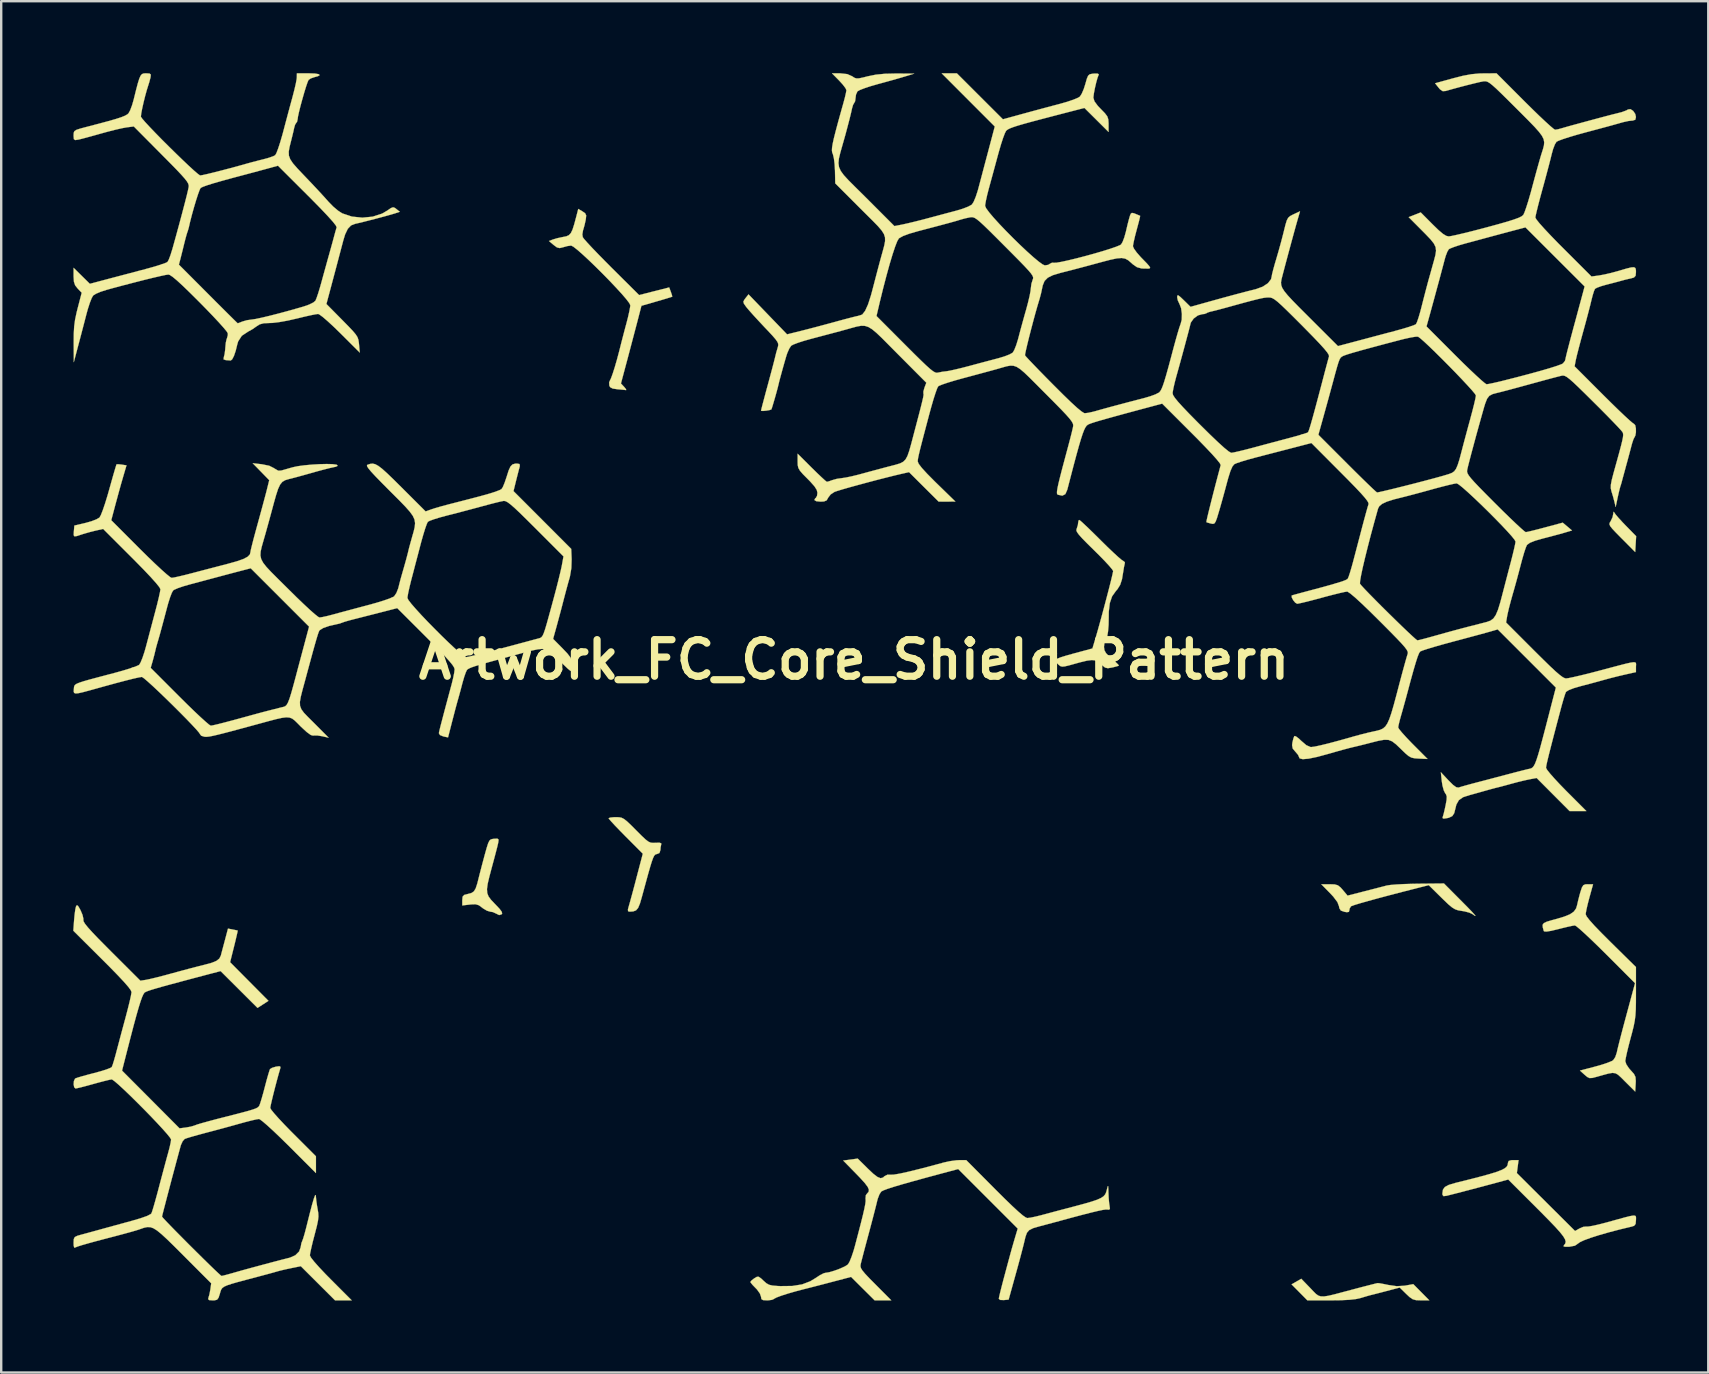
<source format=kicad_pcb>
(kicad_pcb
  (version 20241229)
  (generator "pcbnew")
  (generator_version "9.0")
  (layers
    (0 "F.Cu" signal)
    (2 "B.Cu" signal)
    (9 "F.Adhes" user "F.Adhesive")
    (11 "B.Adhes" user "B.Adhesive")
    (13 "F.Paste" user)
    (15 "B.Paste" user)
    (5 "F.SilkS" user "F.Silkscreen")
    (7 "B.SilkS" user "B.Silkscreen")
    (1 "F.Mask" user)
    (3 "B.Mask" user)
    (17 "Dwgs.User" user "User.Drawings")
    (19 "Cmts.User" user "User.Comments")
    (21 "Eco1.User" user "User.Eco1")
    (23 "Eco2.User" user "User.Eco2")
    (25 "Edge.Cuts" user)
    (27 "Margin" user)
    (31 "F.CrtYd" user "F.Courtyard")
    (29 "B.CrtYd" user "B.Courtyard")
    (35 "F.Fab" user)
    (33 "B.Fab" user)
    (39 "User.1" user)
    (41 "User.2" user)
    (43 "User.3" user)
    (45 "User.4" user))
  (footprint "Artwork_FC_Core_Shield_Pattern"
    (layer "F.Cu")
    (at 32.528 25.532)
    (property "Reference" "Artwork_FC_Core_Shield_Pattern" (at 0 -1.1 0) (layer "F.SilkS") (effects (font (size 1.524 1.524) (thickness 0.3))))
    (attr through_hole)
    (fp_poly (pts (xy 31.667 -7.239) (xy 31.724 -7.155) (xy 31.85 -7.006) (xy 32.024 -6.817) (xy 32.142 -6.694) (xy 32.583 -6.244) (xy 32.563 -5.914) (xy 32.544 -5.584) (xy 31.98 -6.151) (xy 31.748 -6.386) (xy 31.593 -6.55) (xy 31.505 -6.661) (xy 31.471 -6.738) (xy 31.479 -6.799) (xy 31.518 -6.863) (xy 31.52 -6.866) (xy 31.601 -7.036) (xy 31.628 -7.174) (xy 31.641 -7.263) (xy 31.667 -7.239)) (stroke (width 0.01) (type solid)) (fill yes) (layer "F.SilkS"))
    (fp_poly (pts (xy 19.012 25.083) (xy 19.142 25.22) (xy 19.244 25.322) (xy 19.339 25.39) (xy 19.446 25.425) (xy 19.583 25.427) (xy 19.77 25.398) (xy 20.027 25.337) (xy 20.372 25.245) (xy 20.733 25.149) (xy 21.076 25.058) (xy 21.378 24.98) (xy 21.616 24.919) (xy 21.768 24.881) (xy 21.812 24.871) (xy 21.904 24.88) (xy 22.079 24.912) (xy 22.257 24.949) (xy 22.607 25) (xy 22.929 24.981) (xy 22.968 24.975) (xy 23.299 24.915) (xy 23.633 25.253) (xy 23.967 25.59) (xy 23.622 25.59) (xy 23.419 25.583) (xy 23.276 25.544) (xy 23.143 25.453) (xy 23.006 25.324) (xy 22.734 25.057) (xy 22.178 25.203) (xy 21.919 25.271) (xy 21.701 25.327) (xy 21.557 25.363) (xy 21.526 25.37) (xy 21.413 25.401) (xy 21.23 25.455) (xy 21.114 25.49) (xy 20.91 25.536) (xy 20.636 25.567) (xy 20.271 25.585) (xy 19.842 25.59) (xy 18.887 25.59) (xy 18.558 25.257) (xy 18.228 24.924) (xy 18.431 24.808) (xy 18.633 24.691) (xy 19.012 25.083)) (stroke (width 0.01) (type solid)) (fill yes) (layer "F.SilkS"))
    (fp_poly (pts (xy -14.806 6.397) (xy -14.822 6.522) (xy -14.829 6.552) (xy -14.862 6.694) (xy -14.922 6.926) (xy -14.999 7.218) (xy -15.085 7.537) (xy -15.089 7.551) (xy -15.193 7.944) (xy -15.262 8.237) (xy -15.291 8.456) (xy -15.28 8.623) (xy -15.226 8.763) (xy -15.126 8.899) (xy -14.98 9.055) (xy -14.951 9.084) (xy -14.772 9.273) (xy -14.679 9.396) (xy -14.658 9.473) (xy -14.681 9.509) (xy -14.784 9.54) (xy -14.887 9.488) (xy -15.046 9.415) (xy -15.152 9.398) (xy -15.291 9.358) (xy -15.456 9.26) (xy -15.492 9.231) (xy -15.632 9.129) (xy -15.766 9.089) (xy -15.951 9.095) (xy -16.005 9.101) (xy -16.32 9.138) (xy -16.32 8.922) (xy -16.306 8.773) (xy -16.24 8.701) (xy -16.1 8.664) (xy -15.944 8.623) (xy -15.837 8.554) (xy -15.761 8.428) (xy -15.693 8.22) (xy -15.653 8.06) (xy -15.591 7.813) (xy -15.509 7.497) (xy -15.42 7.163) (xy -15.381 7.017) (xy -15.301 6.733) (xy -15.242 6.548) (xy -15.19 6.441) (xy -15.131 6.388) (xy -15.052 6.368) (xy -14.995 6.361) (xy -14.854 6.355) (xy -14.806 6.397)) (stroke (width 0.01) (type solid)) (fill yes) (layer "F.SilkS"))
    (fp_poly (pts (xy -9.789 5.465) (xy -9.683 5.485) (xy -9.578 5.539) (xy -9.451 5.64) (xy -9.28 5.803) (xy -9.079 6.005) (xy -8.85 6.234) (xy -8.688 6.387) (xy -8.569 6.478) (xy -8.471 6.522) (xy -8.372 6.533) (xy -8.27 6.528) (xy -8.098 6.525) (xy -8.03 6.553) (xy -8.032 6.593) (xy -8.058 6.723) (xy -8.065 6.827) (xy -8.105 6.954) (xy -8.207 6.996) (xy -8.252 7.006) (xy -8.292 7.029) (xy -8.331 7.08) (xy -8.374 7.171) (xy -8.426 7.317) (xy -8.492 7.529) (xy -8.576 7.823) (xy -8.682 8.211) (xy -8.817 8.706) (xy -8.836 8.776) (xy -8.918 9.059) (xy -8.994 9.24) (xy -9.08 9.342) (xy -9.197 9.387) (xy -9.346 9.397) (xy -9.413 9.38) (xy -9.419 9.305) (xy -9.389 9.192) (xy -9.351 9.06) (xy -9.288 8.832) (xy -9.207 8.534) (xy -9.116 8.192) (xy -9.062 7.984) (xy -8.799 6.983) (xy -9.511 6.269) (xy -9.753 6.023) (xy -9.96 5.808) (xy -10.116 5.639) (xy -10.207 5.534) (xy -10.223 5.508) (xy -10.167 5.48) (xy -10.021 5.464) (xy -9.92 5.461) (xy -9.789 5.465)) (stroke (width 0.01) (type solid)) (fill yes) (layer "F.SilkS"))
    (fp_poly (pts (xy 25.257 8.906) (xy 25.543 9.194) (xy 25.741 9.399) (xy 25.855 9.526) (xy 25.891 9.578) (xy 25.85 9.561) (xy 25.76 9.497) (xy 25.631 9.437) (xy 25.432 9.385) (xy 25.316 9.366) (xy 25.166 9.341) (xy 25.041 9.298) (xy 24.915 9.221) (xy 24.762 9.094) (xy 24.556 8.897) (xy 24.465 8.808) (xy 23.943 8.293) (xy 23.513 8.402) (xy 22.898 8.559) (xy 22.337 8.705) (xy 21.84 8.837) (xy 21.418 8.953) (xy 21.083 9.048) (xy 20.847 9.12) (xy 20.72 9.166) (xy 20.707 9.172) (xy 20.647 9.266) (xy 20.637 9.33) (xy 20.617 9.406) (xy 20.532 9.42) (xy 20.431 9.404) (xy 20.282 9.352) (xy 20.218 9.252) (xy 20.204 9.173) (xy 20.138 8.999) (xy 19.967 8.772) (xy 19.825 8.62) (xy 19.467 8.255) (xy 19.814 8.255) (xy 20.023 8.262) (xy 20.158 8.3) (xy 20.271 8.39) (xy 20.361 8.492) (xy 20.56 8.73) (xy 21.25 8.553) (xy 21.558 8.474) (xy 21.848 8.399) (xy 22.081 8.339) (xy 22.193 8.309) (xy 22.343 8.286) (xy 22.591 8.265) (xy 22.911 8.248) (xy 23.274 8.237) (xy 23.512 8.233) (xy 24.577 8.223) (xy 25.257 8.906)) (stroke (width 0.01) (type solid)) (fill yes) (layer "F.SilkS"))
    (fp_poly (pts (xy 27.614 20.288) (xy 28.826 21.495) (xy 30.038 22.701) (xy 30.228 22.593) (xy 30.382 22.528) (xy 30.502 22.516) (xy 30.509 22.519) (xy 30.602 22.515) (xy 30.79 22.482) (xy 31.049 22.423) (xy 31.352 22.345) (xy 31.413 22.328) (xy 31.819 22.215) (xy 32.118 22.133) (xy 32.327 22.081) (xy 32.461 22.058) (xy 32.537 22.062) (xy 32.57 22.092) (xy 32.578 22.148) (xy 32.576 22.228) (xy 32.575 22.249) (xy 32.561 22.407) (xy 32.499 22.484) (xy 32.401 22.516) (xy 31.913 22.633) (xy 31.454 22.753) (xy 31.039 22.872) (xy 30.688 22.984) (xy 30.416 23.084) (xy 30.241 23.166) (xy 30.191 23.203) (xy 30.032 23.313) (xy 29.8 23.356) (xy 29.781 23.357) (xy 29.614 23.357) (xy 29.555 23.334) (xy 29.578 23.292) (xy 29.63 23.224) (xy 29.648 23.148) (xy 29.623 23.052) (xy 29.549 22.925) (xy 29.417 22.757) (xy 29.22 22.536) (xy 28.949 22.254) (xy 28.597 21.897) (xy 28.454 21.755) (xy 27.254 20.556) (xy 26.724 20.7) (xy 26.395 20.788) (xy 26.03 20.885) (xy 25.659 20.983) (xy 25.308 21.075) (xy 25.006 21.153) (xy 24.78 21.21) (xy 24.686 21.234) (xy 24.56 21.249) (xy 24.516 21.197) (xy 24.512 21.131) (xy 24.535 20.978) (xy 24.615 20.867) (xy 24.776 20.781) (xy 25.039 20.702) (xy 25.062 20.696) (xy 25.643 20.551) (xy 26.112 20.43) (xy 26.48 20.329) (xy 26.76 20.242) (xy 26.963 20.165) (xy 27.101 20.095) (xy 27.186 20.026) (xy 27.228 19.954) (xy 27.241 19.875) (xy 27.241 19.866) (xy 27.271 19.784) (xy 27.38 19.751) (xy 27.463 19.748) (xy 27.684 19.748) (xy 27.614 20.288)) (stroke (width 0.01) (type solid)) (fill yes) (layer "F.SilkS"))
    (fp_poly (pts (xy -11.31 -19.774) (xy -11.199 -19.696) (xy -11.158 -19.608) (xy -11.172 -19.459) (xy -11.181 -19.407) (xy -11.228 -19.197) (xy -11.28 -19.014) (xy -11.29 -18.986) (xy -11.318 -18.818) (xy -11.3 -18.701) (xy -11.243 -18.623) (xy -11.107 -18.469) (xy -10.907 -18.254) (xy -10.654 -17.99) (xy -10.361 -17.692) (xy -10.102 -17.431) (xy -8.953 -16.289) (xy -8.327 -16.449) (xy -7.7 -16.608) (xy -7.63 -16.42) (xy -7.585 -16.287) (xy -7.573 -16.222) (xy -7.573 -16.221) (xy -7.637 -16.2) (xy -7.796 -16.151) (xy -8.025 -16.083) (xy -8.222 -16.026) (xy -8.856 -15.843) (xy -9.029 -15.176) (xy -9.112 -14.861) (xy -9.215 -14.469) (xy -9.327 -14.045) (xy -9.435 -13.636) (xy -9.456 -13.558) (xy -9.71 -12.607) (xy -9.575 -12.463) (xy -9.498 -12.368) (xy -9.494 -12.33) (xy -9.498 -12.33) (xy -9.592 -12.342) (xy -9.763 -12.358) (xy -9.855 -12.366) (xy -10.054 -12.395) (xy -10.159 -12.452) (xy -10.194 -12.516) (xy -10.201 -12.654) (xy -10.174 -12.719) (xy -10.123 -12.824) (xy -10.05 -13.026) (xy -9.963 -13.299) (xy -9.871 -13.619) (xy -9.781 -13.958) (xy -9.754 -14.065) (xy -9.695 -14.299) (xy -9.616 -14.604) (xy -9.53 -14.931) (xy -9.489 -15.081) (xy -9.416 -15.364) (xy -9.36 -15.615) (xy -9.326 -15.8) (xy -9.32 -15.868) (xy -9.365 -15.959) (xy -9.488 -16.121) (xy -9.675 -16.339) (xy -9.912 -16.597) (xy -10.182 -16.882) (xy -10.471 -17.178) (xy -10.765 -17.47) (xy -11.048 -17.743) (xy -11.307 -17.983) (xy -11.525 -18.174) (xy -11.688 -18.302) (xy -11.782 -18.351) (xy -11.785 -18.352) (xy -11.941 -18.331) (xy -12.119 -18.282) (xy -12.262 -18.247) (xy -12.376 -18.275) (xy -12.514 -18.377) (xy -12.709 -18.542) (xy -12.542 -18.605) (xy -12.365 -18.658) (xy -12.152 -18.704) (xy -12.126 -18.709) (xy -11.984 -18.737) (xy -11.878 -18.785) (xy -11.797 -18.872) (xy -11.726 -19.019) (xy -11.654 -19.247) (xy -11.566 -19.576) (xy -11.558 -19.607) (xy -11.488 -19.879) (xy -11.31 -19.774)) (stroke (width 0.01) (type solid)) (fill yes) (layer "F.SilkS"))
    (fp_poly (pts (xy 9.441 -6.879) (xy 9.573 -6.759) (xy 9.766 -6.577) (xy 10.003 -6.346) (xy 10.271 -6.081) (xy 10.287 -6.064) (xy 10.559 -5.796) (xy 10.804 -5.563) (xy 11.007 -5.377) (xy 11.152 -5.254) (xy 11.226 -5.207) (xy 11.227 -5.207) (xy 11.284 -5.16) (xy 11.277 -5.096) (xy 11.246 -4.957) (xy 11.217 -4.772) (xy 11.215 -4.763) (xy 11.163 -4.447) (xy 11.088 -4.218) (xy 10.975 -4.036) (xy 10.909 -3.961) (xy 10.751 -3.738) (xy 10.655 -3.456) (xy 10.613 -3.093) (xy 10.611 -2.857) (xy 10.605 -2.547) (xy 10.581 -2.264) (xy 10.543 -2.038) (xy 10.494 -1.896) (xy 10.469 -1.868) (xy 10.431 -1.787) (xy 10.414 -1.637) (xy 10.414 -1.625) (xy 10.432 -1.493) (xy 10.499 -1.372) (xy 10.64 -1.228) (xy 10.735 -1.146) (xy 10.894 -1.006) (xy 11.002 -0.901) (xy 11.035 -0.854) (xy 10.965 -0.828) (xy 10.817 -0.789) (xy 10.752 -0.774) (xy 10.576 -0.744) (xy 10.458 -0.771) (xy 10.336 -0.87) (xy 10.302 -0.903) (xy 10.182 -1.009) (xy 10.059 -1.069) (xy 9.908 -1.085) (xy 9.703 -1.059) (xy 9.417 -0.99) (xy 9.229 -0.938) (xy 8.959 -0.863) (xy 8.782 -0.821) (xy 8.672 -0.811) (xy 8.599 -0.83) (xy 8.536 -0.878) (xy 8.515 -0.897) (xy 8.435 -0.974) (xy 8.392 -1.035) (xy 8.397 -1.088) (xy 8.464 -1.14) (xy 8.606 -1.197) (xy 8.834 -1.268) (xy 9.163 -1.36) (xy 9.491 -1.448) (xy 9.932 -1.567) (xy 10.073 -2.038) (xy 10.151 -2.309) (xy 10.243 -2.639) (xy 10.343 -3.005) (xy 10.445 -3.386) (xy 10.544 -3.761) (xy 10.634 -4.108) (xy 10.709 -4.406) (xy 10.763 -4.634) (xy 10.792 -4.77) (xy 10.795 -4.795) (xy 10.751 -4.867) (xy 10.63 -5.011) (xy 10.447 -5.209) (xy 10.216 -5.446) (xy 10.003 -5.657) (xy 9.712 -5.944) (xy 9.503 -6.157) (xy 9.366 -6.311) (xy 9.289 -6.418) (xy 9.262 -6.492) (xy 9.273 -6.544) (xy 9.326 -6.708) (xy 9.335 -6.79) (xy 9.354 -6.896) (xy 9.383 -6.921) (xy 9.441 -6.879)) (stroke (width 0.01) (type solid)) (fill yes) (layer "F.SilkS"))
    (fp_poly (pts (xy 30.635 8.811) (xy 30.566 9.075) (xy 30.513 9.306) (xy 30.484 9.467) (xy 30.481 9.505) (xy 30.52 9.595) (xy 30.642 9.753) (xy 30.848 9.984) (xy 31.144 10.29) (xy 31.528 10.674) (xy 32.575 11.705) (xy 32.575 12.772) (xy 32.574 13.174) (xy 32.568 13.482) (xy 32.552 13.73) (xy 32.523 13.951) (xy 32.478 14.178) (xy 32.411 14.445) (xy 32.353 14.66) (xy 32.27 14.977) (xy 32.201 15.26) (xy 32.153 15.483) (xy 32.131 15.615) (xy 32.131 15.627) (xy 32.175 15.761) (xy 32.289 15.929) (xy 32.357 16.006) (xy 32.492 16.157) (xy 32.555 16.285) (xy 32.568 16.449) (xy 32.563 16.565) (xy 32.544 16.893) (xy 32.131 16.482) (xy 31.958 16.308) (xy 31.831 16.192) (xy 31.72 16.129) (xy 31.596 16.114) (xy 31.428 16.142) (xy 31.188 16.207) (xy 30.952 16.274) (xy 30.761 16.324) (xy 30.643 16.33) (xy 30.547 16.285) (xy 30.436 16.192) (xy 30.242 16.018) (xy 30.881 15.85) (xy 31.16 15.771) (xy 31.4 15.69) (xy 31.57 15.62) (xy 31.628 15.584) (xy 31.713 15.457) (xy 31.775 15.275) (xy 31.78 15.252) (xy 31.809 15.121) (xy 31.866 14.89) (xy 31.945 14.581) (xy 32.041 14.215) (xy 32.148 13.816) (xy 32.18 13.697) (xy 32.537 12.377) (xy 31.334 11.173) (xy 31.012 10.854) (xy 30.714 10.566) (xy 30.455 10.322) (xy 30.246 10.133) (xy 30.101 10.012) (xy 30.033 9.97) (xy 29.931 9.985) (xy 29.739 10.026) (xy 29.49 10.086) (xy 29.345 10.123) (xy 29.043 10.196) (xy 28.848 10.227) (xy 28.751 10.219) (xy 28.735 10.202) (xy 28.693 10.048) (xy 28.687 9.945) (xy 28.739 9.873) (xy 28.865 9.814) (xy 29.086 9.749) (xy 29.23 9.711) (xy 29.582 9.606) (xy 29.828 9.506) (xy 29.988 9.395) (xy 30.082 9.262) (xy 30.125 9.118) (xy 30.169 8.925) (xy 30.231 8.685) (xy 30.262 8.577) (xy 30.324 8.39) (xy 30.384 8.294) (xy 30.471 8.259) (xy 30.573 8.255) (xy 30.789 8.255) (xy 30.635 8.811)) (stroke (width 0.01) (type solid)) (fill yes) (layer "F.SilkS"))
    (fp_poly (pts (xy 0.571 20.097) (xy 0.807 20.32) (xy 0.981 20.452) (xy 1.109 20.501) (xy 1.209 20.474) (xy 1.268 20.418) (xy 1.397 20.354) (xy 1.514 20.358) (xy 1.654 20.353) (xy 1.914 20.309) (xy 2.293 20.225) (xy 2.792 20.101) (xy 3.408 19.938) (xy 3.747 19.846) (xy 4.005 19.79) (xy 4.271 19.755) (xy 4.385 19.749) (xy 4.675 19.748) (xy 5.875 20.955) (xy 6.278 21.356) (xy 6.601 21.668) (xy 6.851 21.899) (xy 7.035 22.055) (xy 7.159 22.14) (xy 7.222 22.162) (xy 7.352 22.145) (xy 7.562 22.102) (xy 7.812 22.04) (xy 7.859 22.027) (xy 8.146 21.95) (xy 8.433 21.873) (xy 8.66 21.813) (xy 8.668 21.811) (xy 9.181 21.676) (xy 9.586 21.567) (xy 9.896 21.477) (xy 10.124 21.4) (xy 10.285 21.328) (xy 10.393 21.257) (xy 10.461 21.179) (xy 10.503 21.088) (xy 10.534 20.977) (xy 10.541 20.947) (xy 10.569 20.84) (xy 10.585 20.83) (xy 10.594 20.927) (xy 10.598 21.09) (xy 10.609 21.33) (xy 10.629 21.55) (xy 10.643 21.641) (xy 10.66 21.774) (xy 10.624 21.815) (xy 10.564 21.807) (xy 10.491 21.805) (xy 10.361 21.823) (xy 10.161 21.865) (xy 9.88 21.932) (xy 9.509 22.027) (xy 9.035 22.153) (xy 8.572 22.279) (xy 8.276 22.359) (xy 7.966 22.442) (xy 7.724 22.506) (xy 7.465 22.581) (xy 7.302 22.661) (xy 7.204 22.773) (xy 7.142 22.944) (xy 7.112 23.071) (xy 7.071 23.243) (xy 7.003 23.508) (xy 6.916 23.839) (xy 6.816 24.208) (xy 6.741 24.479) (xy 6.441 25.559) (xy 6.237 25.579) (xy 6.083 25.572) (xy 6.032 25.521) (xy 6.048 25.434) (xy 6.091 25.25) (xy 6.156 24.993) (xy 6.235 24.689) (xy 6.256 24.612) (xy 6.368 24.194) (xy 6.454 23.875) (xy 6.519 23.635) (xy 6.57 23.451) (xy 6.613 23.301) (xy 6.653 23.162) (xy 6.697 23.013) (xy 6.71 22.968) (xy 6.82 22.6) (xy 5.58 21.36) (xy 4.34 20.12) (xy 3.71 20.288) (xy 3.03 20.471) (xy 2.467 20.626) (xy 2.013 20.754) (xy 1.66 20.859) (xy 1.403 20.942) (xy 1.233 21.006) (xy 1.143 21.052) (xy 1.135 21.058) (xy 1.059 21.174) (xy 0.988 21.359) (xy 0.964 21.45) (xy 0.925 21.611) (xy 0.86 21.867) (xy 0.776 22.191) (xy 0.68 22.555) (xy 0.607 22.828) (xy 0.509 23.193) (xy 0.42 23.527) (xy 0.348 23.805) (xy 0.297 24.003) (xy 0.276 24.088) (xy 0.268 24.166) (xy 0.288 24.247) (xy 0.349 24.347) (xy 0.464 24.485) (xy 0.645 24.677) (xy 0.895 24.929) (xy 1.553 25.59) (xy 0.86 25.59) (xy 0.368 25.102) (xy -0.123 24.613) (xy -0.903 24.818) (xy -1.244 24.908) (xy -1.58 24.995) (xy -1.872 25.07) (xy -2.064 25.118) (xy -2.419 25.211) (xy -2.746 25.305) (xy -3.021 25.393) (xy -3.223 25.468) (xy -3.328 25.523) (xy -3.337 25.532) (xy -3.418 25.569) (xy -3.575 25.589) (xy -3.623 25.59) (xy -3.786 25.581) (xy -3.858 25.538) (xy -3.873 25.444) (xy -3.92 25.308) (xy -4.039 25.141) (xy -4.096 25.082) (xy -4.225 24.949) (xy -4.305 24.85) (xy -4.318 24.823) (xy -4.27 24.762) (xy -4.156 24.673) (xy -4.152 24.671) (xy -4.047 24.61) (xy -3.968 24.609) (xy -3.87 24.678) (xy -3.773 24.77) (xy -3.654 24.876) (xy -3.542 24.94) (xy -3.398 24.974) (xy -3.182 24.992) (xy -3.065 24.997) (xy -2.571 24.991) (xy -2.165 24.926) (xy -1.823 24.796) (xy -1.61 24.667) (xy -1.429 24.548) (xy -1.277 24.468) (xy -1.207 24.447) (xy -1.041 24.42) (xy -0.818 24.355) (xy -0.582 24.268) (xy -0.38 24.176) (xy -0.255 24.095) (xy -0.254 24.094) (xy -0.187 23.982) (xy -0.104 23.779) (xy -0.017 23.519) (xy 0.035 23.336) (xy 0.178 22.793) (xy 0.29 22.36) (xy 0.374 22.023) (xy 0.432 21.769) (xy 0.468 21.586) (xy 0.484 21.46) (xy 0.483 21.38) (xy 0.479 21.359) (xy 0.492 21.211) (xy 0.54 21.145) (xy 0.607 21.069) (xy 0.62 20.98) (xy 0.57 20.863) (xy 0.449 20.702) (xy 0.247 20.48) (xy 0.093 20.321) (xy -0.45 19.766) (xy 0.154 19.684) (xy 0.571 20.097)) (stroke (width 0.01) (type solid)) (fill yes) (layer "F.SilkS"))
    (fp_poly (pts (xy -32.328 9.156) (xy -32.252 9.283) (xy -32.221 9.342) (xy -32.141 9.531) (xy -32.104 9.694) (xy -32.106 9.747) (xy -32.094 9.808) (xy -32.034 9.907) (xy -31.917 10.053) (xy -31.735 10.255) (xy -31.481 10.521) (xy -31.146 10.86) (xy -30.933 11.074) (xy -29.73 12.274) (xy -29.486 12.236) (xy -29.333 12.204) (xy -29.089 12.146) (xy -28.787 12.069) (xy -28.459 11.98) (xy -28.416 11.968) (xy -28.048 11.868) (xy -27.665 11.765) (xy -27.313 11.674) (xy -27.051 11.608) (xy -26.754 11.527) (xy -26.558 11.446) (xy -26.442 11.353) (xy -26.379 11.232) (xy -26.373 11.208) (xy -26.35 11.12) (xy -26.303 10.943) (xy -26.241 10.71) (xy -26.218 10.624) (xy -26.08 10.103) (xy -25.883 10.141) (xy -25.743 10.169) (xy -25.676 10.185) (xy -25.675 10.185) (xy -25.685 10.245) (xy -25.721 10.403) (xy -25.775 10.633) (xy -25.828 10.848) (xy -25.992 11.503) (xy -25.193 12.308) (xy -24.394 13.113) (xy -24.622 13.26) (xy -24.85 13.407) (xy -25.619 12.64) (xy -26.388 11.873) (xy -26.862 11.997) (xy -27.512 12.169) (xy -28.049 12.312) (xy -28.484 12.429) (xy -28.828 12.523) (xy -29.091 12.599) (xy -29.284 12.657) (xy -29.418 12.703) (xy -29.503 12.738) (xy -29.55 12.765) (xy -29.56 12.774) (xy -29.606 12.842) (xy -29.66 12.962) (xy -29.725 13.144) (xy -29.804 13.397) (xy -29.9 13.732) (xy -30.016 14.16) (xy -30.154 14.69) (xy -30.319 15.332) (xy -30.334 15.391) (xy -30.494 16.019) (xy -29.296 17.221) (xy -28.099 18.424) (xy -27.83 18.389) (xy -27.633 18.354) (xy -27.477 18.308) (xy -27.449 18.296) (xy -27.352 18.261) (xy -27.155 18.203) (xy -26.88 18.127) (xy -26.551 18.039) (xy -26.289 17.972) (xy -25.829 17.855) (xy -25.477 17.763) (xy -25.218 17.693) (xy -25.036 17.637) (xy -24.915 17.593) (xy -24.841 17.553) (xy -24.798 17.514) (xy -24.772 17.473) (xy -24.735 17.37) (xy -24.675 17.175) (xy -24.602 16.917) (xy -24.543 16.692) (xy -24.469 16.412) (xy -24.402 16.177) (xy -24.352 16.015) (xy -24.329 15.956) (xy -24.244 15.903) (xy -24.092 15.857) (xy -24.078 15.854) (xy -23.939 15.836) (xy -23.892 15.864) (xy -23.901 15.923) (xy -23.969 16.157) (xy -24.046 16.438) (xy -24.125 16.739) (xy -24.199 17.032) (xy -24.261 17.288) (xy -24.304 17.478) (xy -24.32 17.575) (xy -24.32 17.575) (xy -24.277 17.652) (xy -24.156 17.802) (xy -23.971 18.01) (xy -23.734 18.263) (xy -23.46 18.545) (xy -23.368 18.637) (xy -22.416 19.588) (xy -22.416 20.287) (xy -23.543 19.16) (xy -23.886 18.823) (xy -24.189 18.533) (xy -24.443 18.301) (xy -24.637 18.135) (xy -24.758 18.046) (xy -24.79 18.034) (xy -24.899 18.051) (xy -25.098 18.096) (xy -25.355 18.162) (xy -25.552 18.216) (xy -25.884 18.309) (xy -26.284 18.419) (xy -26.695 18.529) (xy -26.988 18.606) (xy -27.296 18.689) (xy -27.565 18.764) (xy -27.768 18.825) (xy -27.879 18.864) (xy -27.884 18.866) (xy -27.967 18.958) (xy -28.041 19.119) (xy -28.053 19.159) (xy -28.125 19.422) (xy -28.212 19.745) (xy -28.309 20.109) (xy -28.412 20.492) (xy -28.513 20.876) (xy -28.609 21.24) (xy -28.693 21.564) (xy -28.762 21.828) (xy -28.809 22.012) (xy -28.829 22.097) (xy -28.829 22.1) (xy -28.786 22.155) (xy -28.666 22.285) (xy -28.484 22.475) (xy -28.253 22.711) (xy -27.988 22.979) (xy -27.704 23.265) (xy -27.413 23.554) (xy -27.132 23.832) (xy -26.873 24.086) (xy -26.651 24.301) (xy -26.48 24.462) (xy -26.375 24.556) (xy -26.348 24.575) (xy -26.271 24.558) (xy -26.102 24.514) (xy -25.873 24.45) (xy -25.772 24.421) (xy -25.476 24.337) (xy -25.097 24.233) (xy -24.674 24.119) (xy -24.248 24.005) (xy -23.857 23.902) (xy -23.541 23.822) (xy -23.495 23.81) (xy -23.276 23.712) (xy -23.117 23.555) (xy -23.051 23.374) (xy -23.05 23.36) (xy -23.02 23.198) (xy -22.991 23.129) (xy -22.95 23.019) (xy -22.89 22.821) (xy -22.824 22.572) (xy -22.801 22.479) (xy -22.676 21.979) (xy -22.577 21.602) (xy -22.502 21.347) (xy -22.451 21.214) (xy -22.424 21.202) (xy -22.419 21.246) (xy -22.404 21.423) (xy -22.37 21.656) (xy -22.347 21.786) (xy -22.32 21.947) (xy -22.313 22.095) (xy -22.33 22.262) (xy -22.375 22.48) (xy -22.452 22.78) (xy -22.473 22.86) (xy -22.551 23.158) (xy -22.613 23.42) (xy -22.655 23.617) (xy -22.669 23.716) (xy -22.624 23.808) (xy -22.493 23.975) (xy -22.285 24.21) (xy -22.009 24.502) (xy -21.797 24.717) (xy -20.925 25.59) (xy -21.62 25.59) (xy -22.333 24.879) (xy -23.047 24.167) (xy -23.446 24.248) (xy -23.691 24.3) (xy -23.914 24.353) (xy -24.035 24.386) (xy -24.177 24.427) (xy -24.406 24.49) (xy -24.683 24.564) (xy -24.86 24.611) (xy -25.321 24.733) (xy -25.675 24.828) (xy -25.936 24.903) (xy -26.121 24.965) (xy -26.243 25.021) (xy -26.32 25.078) (xy -26.364 25.143) (xy -26.393 25.221) (xy -26.416 25.305) (xy -26.472 25.479) (xy -26.536 25.563) (xy -26.64 25.589) (xy -26.717 25.59) (xy -26.862 25.58) (xy -26.907 25.539) (xy -26.893 25.479) (xy -26.854 25.344) (xy -26.818 25.156) (xy -26.813 25.124) (xy -26.779 24.88) (xy -27.946 23.711) (xy -28.318 23.339) (xy -28.615 23.049) (xy -28.849 22.833) (xy -29.035 22.681) (xy -29.186 22.587) (xy -29.317 22.541) (xy -29.441 22.537) (xy -29.572 22.564) (xy -29.724 22.616) (xy -29.764 22.631) (xy -29.902 22.675) (xy -30.138 22.743) (xy -30.448 22.828) (xy -30.809 22.924) (xy -31.178 23.02) (xy -31.55 23.118) (xy -31.882 23.209) (xy -32.154 23.287) (xy -32.344 23.347) (xy -32.432 23.383) (xy -32.433 23.384) (xy -32.484 23.396) (xy -32.508 23.312) (xy -32.512 23.194) (xy -32.505 23.041) (xy -32.464 22.955) (xy -32.357 22.901) (xy -32.21 22.859) (xy -31.999 22.802) (xy -31.721 22.726) (xy -31.433 22.647) (xy -31.401 22.638) (xy -31.129 22.563) (xy -30.783 22.468) (xy -30.41 22.366) (xy -30.11 22.284) (xy -29.729 22.173) (xy -29.457 22.077) (xy -29.302 21.998) (xy -29.27 21.965) (xy -29.235 21.869) (xy -29.175 21.673) (xy -29.098 21.402) (xy -29.01 21.08) (xy -28.958 20.882) (xy -28.859 20.506) (xy -28.759 20.132) (xy -28.669 19.797) (xy -28.598 19.536) (xy -28.577 19.463) (xy -28.514 19.224) (xy -28.469 19.02) (xy -28.45 18.893) (xy -28.45 18.891) (xy -28.493 18.813) (xy -28.614 18.662) (xy -28.798 18.454) (xy -29.03 18.203) (xy -29.297 17.922) (xy -29.584 17.628) (xy -29.876 17.335) (xy -30.159 17.056) (xy -30.418 16.808) (xy -30.639 16.604) (xy -30.808 16.46) (xy -30.909 16.389) (xy -30.925 16.385) (xy -31.022 16.402) (xy -31.212 16.448) (xy -31.465 16.514) (xy -31.686 16.575) (xy -31.965 16.652) (xy -32.203 16.714) (xy -32.37 16.753) (xy -32.433 16.764) (xy -32.488 16.711) (xy -32.51 16.59) (xy -32.499 16.454) (xy -32.452 16.355) (xy -32.44 16.346) (xy -32.352 16.313) (xy -32.169 16.258) (xy -31.919 16.189) (xy -31.669 16.124) (xy -31.385 16.047) (xy -31.148 15.973) (xy -30.984 15.909) (xy -30.922 15.871) (xy -30.885 15.777) (xy -30.828 15.594) (xy -30.76 15.353) (xy -30.732 15.247) (xy -30.66 14.976) (xy -30.567 14.624) (xy -30.463 14.235) (xy -30.359 13.852) (xy -30.344 13.796) (xy -30.257 13.464) (xy -30.183 13.166) (xy -30.129 12.929) (xy -30.102 12.777) (xy -30.099 12.747) (xy -30.132 12.666) (xy -30.235 12.527) (xy -30.412 12.323) (xy -30.669 12.049) (xy -31.01 11.699) (xy -31.311 11.398) (xy -32.523 10.192) (xy -32.491 9.747) (xy -32.468 9.506) (xy -32.44 9.302) (xy -32.412 9.183) (xy -32.376 9.128) (xy -32.328 9.156)) (stroke (width 0.01) (type solid)) (fill yes) (layer "F.SilkS"))
    (fp_poly (pts (xy -29.346 -25.519) (xy -29.295 -25.474) (xy -29.307 -25.362) (xy -29.309 -25.352) (xy -29.361 -25.155) (xy -29.404 -25.019) (xy -29.465 -24.824) (xy -29.533 -24.577) (xy -29.599 -24.311) (xy -29.655 -24.06) (xy -29.694 -23.855) (xy -29.708 -23.732) (xy -29.707 -23.718) (xy -29.655 -23.641) (xy -29.527 -23.492) (xy -29.337 -23.287) (xy -29.1 -23.04) (xy -28.83 -22.764) (xy -28.541 -22.476) (xy -28.249 -22.189) (xy -27.968 -21.917) (xy -27.713 -21.675) (xy -27.498 -21.478) (xy -27.337 -21.34) (xy -27.247 -21.275) (xy -27.236 -21.273) (xy -27.136 -21.289) (xy -26.937 -21.333) (xy -26.662 -21.4) (xy -26.336 -21.483) (xy -25.981 -21.576) (xy -25.621 -21.674) (xy -25.305 -21.763) (xy -25.058 -21.831) (xy -24.768 -21.906) (xy -24.598 -21.948) (xy -24.377 -22.009) (xy -24.197 -22.073) (xy -24.113 -22.117) (xy -24.063 -22.204) (xy -23.992 -22.389) (xy -23.907 -22.649) (xy -23.816 -22.96) (xy -23.783 -23.082) (xy -23.681 -23.468) (xy -23.573 -23.873) (xy -23.471 -24.251) (xy -23.388 -24.556) (xy -23.383 -24.575) (xy -23.311 -24.854) (xy -23.253 -25.106) (xy -23.219 -25.292) (xy -23.213 -25.352) (xy -23.209 -25.527) (xy -22.713 -25.527) (xy -22.455 -25.518) (xy -22.302 -25.492) (xy -22.259 -25.454) (xy -22.332 -25.408) (xy -22.475 -25.369) (xy -22.63 -25.316) (xy -22.722 -25.253) (xy -22.764 -25.161) (xy -22.827 -24.977) (xy -22.903 -24.73) (xy -22.983 -24.45) (xy -23.06 -24.169) (xy -23.123 -23.916) (xy -23.165 -23.722) (xy -23.177 -23.627) (xy -23.203 -23.507) (xy -23.234 -23.468) (xy -23.286 -23.385) (xy -23.323 -23.258) (xy -23.357 -23.1) (xy -23.411 -22.877) (xy -23.455 -22.701) (xy -23.517 -22.453) (xy -23.55 -22.261) (xy -23.543 -22.1) (xy -23.488 -21.948) (xy -23.376 -21.78) (xy -23.196 -21.573) (xy -22.94 -21.303) (xy -22.876 -21.236) (xy -22.609 -20.956) (xy -22.346 -20.676) (xy -22.112 -20.422) (xy -21.933 -20.223) (xy -21.89 -20.174) (xy -21.696 -19.975) (xy -21.487 -19.8) (xy -21.319 -19.693) (xy -20.917 -19.559) (xy -20.483 -19.514) (xy -20.053 -19.556) (xy -19.661 -19.683) (xy -19.448 -19.807) (xy -19.296 -19.912) (xy -19.203 -19.947) (xy -19.126 -19.921) (xy -19.062 -19.872) (xy -18.922 -19.759) (xy -19.129 -19.691) (xy -19.294 -19.642) (xy -19.545 -19.572) (xy -19.844 -19.492) (xy -20.156 -19.411) (xy -20.444 -19.338) (xy -20.671 -19.283) (xy -20.777 -19.26) (xy -20.952 -19.192) (xy -21.088 -19.051) (xy -21.2 -18.818) (xy -21.279 -18.557) (xy -21.575 -17.437) (xy -21.812 -16.547) (xy -21.98 -15.918) (xy -21.315 -15.245) (xy -21.059 -14.984) (xy -20.878 -14.793) (xy -20.758 -14.65) (xy -20.686 -14.536) (xy -20.648 -14.43) (xy -20.629 -14.311) (xy -20.621 -14.234) (xy -20.591 -13.894) (xy -21.396 -14.697) (xy -21.677 -14.97) (xy -21.926 -15.2) (xy -22.128 -15.374) (xy -22.269 -15.478) (xy -22.324 -15.503) (xy -22.431 -15.489) (xy -22.633 -15.449) (xy -22.9 -15.389) (xy -23.203 -15.315) (xy -23.209 -15.314) (xy -23.585 -15.228) (xy -23.935 -15.165) (xy -24.223 -15.13) (xy -24.342 -15.126) (xy -24.59 -15.115) (xy -24.76 -15.07) (xy -24.881 -14.993) (xy -25.066 -14.865) (xy -25.243 -14.767) (xy -25.504 -14.594) (xy -25.657 -14.36) (xy -25.694 -14.233) (xy -25.758 -13.971) (xy -25.832 -13.754) (xy -25.907 -13.61) (xy -25.966 -13.564) (xy -26.083 -13.573) (xy -26.169 -13.579) (xy -26.264 -13.611) (xy -26.254 -13.7) (xy -26.254 -13.7) (xy -26.221 -13.83) (xy -26.196 -14.024) (xy -26.19 -14.108) (xy -26.171 -14.304) (xy -26.138 -14.453) (xy -26.123 -14.489) (xy -26.087 -14.62) (xy -26.089 -14.7) (xy -26.137 -14.778) (xy -26.264 -14.932) (xy -26.457 -15.148) (xy -26.704 -15.412) (xy -26.992 -15.712) (xy -27.261 -15.986) (xy -27.653 -16.376) (xy -27.966 -16.679) (xy -28.208 -16.901) (xy -28.385 -17.048) (xy -28.504 -17.127) (xy -28.563 -17.145) (xy -28.674 -17.129) (xy -28.89 -17.083) (xy -29.193 -17.013) (xy -29.564 -16.922) (xy -29.986 -16.814) (xy -30.441 -16.696) (xy -30.911 -16.57) (xy -31.145 -16.505) (xy -31.381 -16.429) (xy -31.578 -16.346) (xy -31.695 -16.273) (xy -31.696 -16.272) (xy -31.757 -16.166) (xy -31.835 -15.968) (xy -31.919 -15.708) (xy -31.978 -15.494) (xy -32.075 -15.119) (xy -32.186 -14.694) (xy -32.292 -14.292) (xy -32.327 -14.161) (xy -32.503 -13.494) (xy -32.508 -14.287) (xy -32.505 -14.674) (xy -32.488 -14.983) (xy -32.451 -15.261) (xy -32.388 -15.558) (xy -32.344 -15.734) (xy -32.174 -16.387) (xy -32.343 -16.563) (xy -32.448 -16.696) (xy -32.498 -16.845) (xy -32.512 -17.063) (xy -32.512 -17.083) (xy -32.512 -17.426) (xy -32.174 -17.092) (xy -31.835 -16.758) (xy -31.015 -16.976) (xy -30.613 -17.082) (xy -30.162 -17.201) (xy -29.726 -17.317) (xy -29.432 -17.395) (xy -29.134 -17.478) (xy -28.879 -17.558) (xy -28.126 -17.558) (xy -26.906 -16.335) (xy -26.586 -16.014) (xy -26.296 -15.725) (xy -26.048 -15.478) (xy -25.854 -15.286) (xy -25.726 -15.161) (xy -25.675 -15.113) (xy -25.675 -15.113) (xy -25.614 -15.134) (xy -25.485 -15.185) (xy -25.484 -15.186) (xy -25.289 -15.242) (xy -25.082 -15.271) (xy -24.925 -15.294) (xy -24.667 -15.349) (xy -24.328 -15.43) (xy -23.928 -15.533) (xy -23.488 -15.652) (xy -23.029 -15.783) (xy -22.924 -15.814) (xy -22.7 -15.893) (xy -22.525 -15.98) (xy -22.439 -16.051) (xy -22.392 -16.16) (xy -22.324 -16.359) (xy -22.246 -16.616) (xy -22.194 -16.799) (xy -22.101 -17.14) (xy -21.999 -17.507) (xy -21.908 -17.836) (xy -21.879 -17.939) (xy -21.8 -18.221) (xy -21.724 -18.496) (xy -21.666 -18.711) (xy -21.66 -18.733) (xy -21.608 -18.926) (xy -21.564 -19.077) (xy -21.553 -19.113) (xy -21.588 -19.19) (xy -21.714 -19.35) (xy -21.929 -19.589) (xy -22.228 -19.905) (xy -22.611 -20.295) (xy -22.76 -20.444) (xy -23.998 -21.679) (xy -24.524 -21.535) (xy -24.798 -21.461) (xy -25.053 -21.392) (xy -25.242 -21.342) (xy -25.273 -21.333) (xy -25.859 -21.178) (xy -26.329 -21.049) (xy -26.692 -20.945) (xy -26.955 -20.862) (xy -27.127 -20.799) (xy -27.215 -20.754) (xy -27.223 -20.747) (xy -27.266 -20.66) (xy -27.332 -20.478) (xy -27.413 -20.227) (xy -27.5 -19.935) (xy -27.585 -19.629) (xy -27.66 -19.337) (xy -27.711 -19.113) (xy -27.753 -18.966) (xy -27.769 -18.923) (xy -27.804 -18.815) (xy -27.856 -18.625) (xy -27.909 -18.415) (xy -27.971 -18.161) (xy -28.031 -17.922) (xy -28.067 -17.78) (xy -28.126 -17.558) (xy -28.879 -17.558) (xy -28.878 -17.558) (xy -28.691 -17.625) (xy -28.599 -17.671) (xy -28.598 -17.673) (xy -28.547 -17.767) (xy -28.478 -17.949) (xy -28.405 -18.181) (xy -28.392 -18.224) (xy -28.248 -18.742) (xy -28.113 -19.237) (xy -27.991 -19.693) (xy -27.886 -20.093) (xy -27.802 -20.421) (xy -27.745 -20.66) (xy -27.717 -20.794) (xy -27.717 -20.795) (xy -27.716 -20.86) (xy -27.736 -20.931) (xy -27.788 -21.022) (xy -27.882 -21.143) (xy -28.027 -21.306) (xy -28.232 -21.524) (xy -28.51 -21.808) (xy -28.848 -22.149) (xy -30.004 -23.314) (xy -30.31 -23.275) (xy -30.495 -23.241) (xy -30.764 -23.18) (xy -31.078 -23.1) (xy -31.358 -23.023) (xy -31.668 -22.936) (xy -31.952 -22.858) (xy -32.178 -22.798) (xy -32.306 -22.767) (xy -32.445 -22.746) (xy -32.501 -22.785) (xy -32.512 -22.916) (xy -32.512 -22.938) (xy -32.507 -23.049) (xy -32.476 -23.121) (xy -32.391 -23.174) (xy -32.228 -23.227) (xy -32.052 -23.274) (xy -31.82 -23.334) (xy -31.636 -23.383) (xy -31.533 -23.41) (xy -31.528 -23.411) (xy -31.094 -23.527) (xy -30.768 -23.62) (xy -30.533 -23.696) (xy -30.373 -23.76) (xy -30.272 -23.818) (xy -30.222 -23.865) (xy -30.153 -23.993) (xy -30.076 -24.199) (xy -30.01 -24.428) (xy -29.913 -24.82) (xy -29.838 -25.106) (xy -29.777 -25.302) (xy -29.723 -25.425) (xy -29.667 -25.492) (xy -29.601 -25.521) (xy -29.518 -25.527) (xy -29.493 -25.527) (xy -29.346 -25.519)) (stroke (width 0.01) (type solid)) (fill yes) (layer "F.SilkS"))
    (fp_poly (pts (xy -24.67 -9.241) (xy -24.363 -9.179) (xy -24.162 -9.078) (xy -24.149 -9.067) (xy -23.986 -8.973) (xy -23.863 -8.979) (xy -23.72 -9.019) (xy -23.512 -9.079) (xy -23.368 -9.119) (xy -23.164 -9.162) (xy -22.892 -9.198) (xy -22.582 -9.226) (xy -22.264 -9.245) (xy -21.97 -9.252) (xy -21.729 -9.246) (xy -21.572 -9.226) (xy -21.542 -9.215) (xy -21.512 -9.174) (xy -21.592 -9.137) (xy -21.693 -9.116) (xy -21.858 -9.079) (xy -22.106 -9.016) (xy -22.399 -8.937) (xy -22.606 -8.878) (xy -22.912 -8.792) (xy -23.203 -8.712) (xy -23.438 -8.65) (xy -23.545 -8.624) (xy -23.699 -8.578) (xy -23.816 -8.508) (xy -23.91 -8.392) (xy -23.994 -8.211) (xy -24.081 -7.943) (xy -24.163 -7.652) (xy -24.259 -7.295) (xy -24.371 -6.884) (xy -24.48 -6.49) (xy -24.519 -6.35) (xy -24.608 -6.041) (xy -24.677 -5.798) (xy -24.72 -5.604) (xy -24.729 -5.441) (xy -24.697 -5.292) (xy -24.617 -5.14) (xy -24.482 -4.967) (xy -24.285 -4.756) (xy -24.019 -4.489) (xy -23.676 -4.149) (xy -23.584 -4.058) (xy -23.239 -3.717) (xy -22.929 -3.419) (xy -22.666 -3.174) (xy -22.459 -2.992) (xy -22.321 -2.884) (xy -22.268 -2.857) (xy -22.151 -2.874) (xy -21.953 -2.917) (xy -21.716 -2.978) (xy -21.696 -2.984) (xy -21.47 -3.046) (xy -21.156 -3.13) (xy -20.791 -3.228) (xy -20.408 -3.33) (xy -20.256 -3.37) (xy -19.899 -3.469) (xy -19.587 -3.565) (xy -19.344 -3.65) (xy -19.307 -3.667) (xy -18.605 -3.667) (xy -18.561 -3.581) (xy -18.439 -3.423) (xy -18.253 -3.209) (xy -18.019 -2.953) (xy -17.751 -2.671) (xy -17.463 -2.378) (xy -17.172 -2.087) (xy -16.891 -1.815) (xy -16.635 -1.576) (xy -16.42 -1.385) (xy -16.259 -1.257) (xy -16.169 -1.207) (xy -16.165 -1.206) (xy -16.069 -1.222) (xy -15.87 -1.267) (xy -15.589 -1.335) (xy -15.246 -1.422) (xy -14.86 -1.523) (xy -14.736 -1.557) (xy -14.332 -1.665) (xy -13.956 -1.766) (xy -13.631 -1.853) (xy -13.377 -1.922) (xy -13.219 -1.964) (xy -13.196 -1.971) (xy -13.124 -1.989) (xy -13.066 -2.008) (xy -13.017 -2.042) (xy -12.971 -2.104) (xy -12.924 -2.209) (xy -12.868 -2.372) (xy -12.799 -2.605) (xy -12.711 -2.923) (xy -12.597 -3.339) (xy -12.504 -3.683) (xy -12.406 -4.052) (xy -12.315 -4.409) (xy -12.239 -4.722) (xy -12.185 -4.959) (xy -12.17 -5.035) (xy -12.103 -5.403) (xy -13.268 -6.569) (xy -13.631 -6.93) (xy -13.916 -7.21) (xy -14.136 -7.417) (xy -14.301 -7.561) (xy -14.422 -7.653) (xy -14.51 -7.701) (xy -14.578 -7.715) (xy -14.599 -7.714) (xy -14.724 -7.689) (xy -14.94 -7.637) (xy -15.216 -7.566) (xy -15.494 -7.491) (xy -15.883 -7.386) (xy -16.324 -7.269) (xy -16.749 -7.158) (xy -16.95 -7.108) (xy -17.243 -7.029) (xy -17.493 -6.953) (xy -17.674 -6.887) (xy -17.754 -6.844) (xy -17.797 -6.756) (xy -17.864 -6.569) (xy -17.945 -6.307) (xy -18.033 -5.996) (xy -18.065 -5.874) (xy -18.165 -5.49) (xy -18.271 -5.089) (xy -18.368 -4.716) (xy -18.447 -4.417) (xy -18.452 -4.397) (xy -18.519 -4.124) (xy -18.572 -3.885) (xy -18.601 -3.715) (xy -18.605 -3.667) (xy -19.307 -3.667) (xy -19.191 -3.718) (xy -19.157 -3.741) (xy -19.065 -3.877) (xy -18.99 -4.066) (xy -18.98 -4.102) (xy -18.946 -4.239) (xy -18.917 -4.352) (xy -18.885 -4.474) (xy -18.839 -4.636) (xy -18.771 -4.873) (xy -18.73 -5.016) (xy -18.661 -5.262) (xy -18.605 -5.473) (xy -18.571 -5.608) (xy -18.569 -5.62) (xy -18.539 -5.743) (xy -18.485 -5.944) (xy -18.418 -6.182) (xy -18.416 -6.191) (xy -18.347 -6.432) (xy -18.301 -6.625) (xy -18.286 -6.789) (xy -18.31 -6.939) (xy -18.381 -7.094) (xy -18.508 -7.269) (xy -18.698 -7.483) (xy -18.959 -7.752) (xy -19.301 -8.093) (xy -19.336 -8.128) (xy -19.676 -8.471) (xy -19.933 -8.735) (xy -20.115 -8.931) (xy -20.229 -9.069) (xy -20.285 -9.157) (xy -20.289 -9.205) (xy -20.272 -9.218) (xy -20.159 -9.256) (xy -20.055 -9.268) (xy -19.946 -9.243) (xy -19.817 -9.173) (xy -19.655 -9.049) (xy -19.446 -8.861) (xy -19.176 -8.601) (xy -18.846 -8.273) (xy -17.847 -7.276) (xy -17.617 -7.359) (xy -17.441 -7.416) (xy -17.193 -7.488) (xy -16.924 -7.56) (xy -16.901 -7.566) (xy -16.438 -7.685) (xy -16.077 -7.778) (xy -15.797 -7.851) (xy -15.577 -7.909) (xy -15.397 -7.959) (xy -15.234 -8.005) (xy -15.145 -8.031) (xy -14.931 -8.1) (xy -14.761 -8.166) (xy -14.685 -8.207) (xy -14.629 -8.295) (xy -14.556 -8.471) (xy -14.479 -8.697) (xy -14.471 -8.723) (xy -14.387 -8.986) (xy -14.311 -9.149) (xy -14.227 -9.234) (xy -14.115 -9.267) (xy -14.042 -9.27) (xy -13.934 -9.251) (xy -13.922 -9.168) (xy -13.932 -9.128) (xy -13.968 -8.994) (xy -14.022 -8.784) (xy -14.08 -8.554) (xy -14.186 -8.123) (xy -12.984 -6.92) (xy -11.782 -5.716) (xy -11.764 -5.29) (xy -11.776 -4.912) (xy -11.836 -4.558) (xy -11.849 -4.511) (xy -11.914 -4.282) (xy -11.995 -3.984) (xy -12.077 -3.672) (xy -12.099 -3.588) (xy -12.187 -3.247) (xy -12.287 -2.873) (xy -12.378 -2.536) (xy -12.39 -2.491) (xy -12.536 -1.967) (xy -12.144 -1.571) (xy -11.941 -1.358) (xy -11.816 -1.195) (xy -11.753 -1.048) (xy -11.733 -0.881) (xy -11.737 -0.732) (xy -11.745 -0.655) (xy -11.768 -0.621) (xy -11.822 -0.641) (xy -11.922 -0.723) (xy -12.084 -0.878) (xy -12.275 -1.067) (xy -12.451 -1.245) (xy -12.592 -1.381) (xy -12.715 -1.476) (xy -12.841 -1.532) (xy -12.989 -1.549) (xy -13.178 -1.531) (xy -13.428 -1.479) (xy -13.757 -1.394) (xy -14.185 -1.277) (xy -14.319 -1.241) (xy -14.832 -1.102) (xy -15.236 -0.991) (xy -15.544 -0.904) (xy -15.771 -0.835) (xy -15.929 -0.781) (xy -16.032 -0.737) (xy -16.095 -0.7) (xy -16.125 -0.672) (xy -16.172 -0.574) (xy -16.237 -0.39) (xy -16.305 -0.157) (xy -16.315 -0.121) (xy -16.384 0.143) (xy -16.451 0.389) (xy -16.501 0.567) (xy -16.503 0.572) (xy -16.546 0.726) (xy -16.611 0.967) (xy -16.686 1.256) (xy -16.741 1.466) (xy -16.913 2.138) (xy -17.109 2.097) (xy -17.249 2.04) (xy -17.294 1.964) (xy -17.286 1.914) (xy -17.264 1.82) (xy -17.227 1.669) (xy -17.17 1.451) (xy -17.092 1.152) (xy -16.988 0.762) (xy -16.856 0.269) (xy -16.758 -0.095) (xy -16.698 -0.34) (xy -16.655 -0.557) (xy -16.638 -0.698) (xy -16.638 -0.699) (xy -16.659 -0.771) (xy -16.726 -0.879) (xy -16.85 -1.031) (xy -17.037 -1.239) (xy -17.296 -1.511) (xy -17.636 -1.855) (xy -17.833 -2.053) (xy -19.029 -3.248) (xy -19.69 -3.078) (xy -20.027 -2.992) (xy -20.377 -2.903) (xy -20.686 -2.824) (xy -20.809 -2.793) (xy -21.039 -2.733) (xy -21.22 -2.68) (xy -21.317 -2.646) (xy -21.322 -2.644) (xy -21.423 -2.607) (xy -21.531 -2.582) (xy -21.862 -2.507) (xy -22.11 -2.421) (xy -22.256 -2.331) (xy -22.28 -2.3) (xy -22.306 -2.239) (xy -22.342 -2.133) (xy -22.392 -1.97) (xy -22.459 -1.737) (xy -22.547 -1.423) (xy -22.658 -1.015) (xy -22.797 -0.502) (xy -22.872 -0.222) (xy -22.977 0.162) (xy -23.049 0.448) (xy -23.085 0.66) (xy -23.078 0.825) (xy -23.023 0.967) (xy -22.916 1.113) (xy -22.749 1.287) (xy -22.52 1.515) (xy -22.508 1.527) (xy -21.887 2.15) (xy -22.162 2.088) (xy -22.352 2.058) (xy -22.501 2.056) (xy -22.533 2.064) (xy -22.632 2.037) (xy -22.803 1.912) (xy -23.041 1.693) (xy -23.056 1.677) (xy -23.196 1.535) (xy -23.307 1.428) (xy -23.408 1.353) (xy -23.517 1.311) (xy -23.652 1.301) (xy -23.831 1.323) (xy -24.073 1.377) (xy -24.394 1.461) (xy -24.814 1.576) (xy -25.006 1.628) (xy -25.538 1.772) (xy -25.961 1.886) (xy -26.291 1.972) (xy -26.541 2.034) (xy -26.725 2.076) (xy -26.858 2.101) (xy -26.954 2.112) (xy -27.028 2.112) (xy -27.067 2.108) (xy -27.194 2.069) (xy -27.241 2.011) (xy -27.285 1.941) (xy -27.407 1.798) (xy -27.593 1.599) (xy -27.826 1.356) (xy -28.094 1.085) (xy -28.38 0.8) (xy -28.67 0.516) (xy -28.949 0.248) (xy -29.203 0.009) (xy -29.416 -0.184) (xy -29.574 -0.319) (xy -29.662 -0.379) (xy -29.67 -0.381) (xy -29.786 -0.363) (xy -30.011 -0.313) (xy -30.334 -0.232) (xy -30.741 -0.125) (xy -31.22 0.006) (xy -31.464 0.074) (xy -31.848 0.181) (xy -32.125 0.255) (xy -32.313 0.297) (xy -32.428 0.307) (xy -32.488 0.285) (xy -32.507 0.234) (xy -32.504 0.152) (xy -32.5 0.113) (xy -32.495 0.048) (xy -32.483 -0.005) (xy -32.451 -0.051) (xy -32.386 -0.095) (xy -32.274 -0.142) (xy -32.101 -0.199) (xy -31.853 -0.27) (xy -31.517 -0.36) (xy -31.08 -0.476) (xy -30.804 -0.548) (xy -30.473 -0.64) (xy -30.18 -0.729) (xy -30.095 -0.759) (xy -29.301 -0.759) (xy -28.097 0.446) (xy -27.774 0.766) (xy -27.477 1.054) (xy -27.218 1.298) (xy -27.01 1.486) (xy -26.865 1.608) (xy -26.798 1.65) (xy -26.703 1.634) (xy -26.512 1.59) (xy -26.251 1.524) (xy -25.945 1.443) (xy -25.876 1.425) (xy -25.564 1.34) (xy -25.291 1.265) (xy -25.083 1.208) (xy -24.966 1.176) (xy -24.956 1.173) (xy -24.835 1.14) (xy -24.637 1.087) (xy -24.398 1.025) (xy -24.155 0.963) (xy -23.943 0.909) (xy -23.799 0.874) (xy -23.764 0.866) (xy -23.697 0.841) (xy -23.638 0.786) (xy -23.58 0.684) (xy -23.516 0.519) (xy -23.44 0.274) (xy -23.345 -0.067) (xy -23.267 -0.356) (xy -23.162 -0.754) (xy -23.055 -1.155) (xy -22.957 -1.522) (xy -22.877 -1.822) (xy -22.842 -1.953) (xy -22.702 -2.477) (xy -23.918 -3.693) (xy -25.133 -4.908) (xy -25.664 -4.77) (xy -25.983 -4.686) (xy -26.325 -4.595) (xy -26.619 -4.516) (xy -26.638 -4.511) (xy -26.912 -4.438) (xy -27.248 -4.348) (xy -27.585 -4.258) (xy -27.677 -4.234) (xy -27.944 -4.157) (xy -28.171 -4.079) (xy -28.323 -4.012) (xy -28.364 -3.985) (xy -28.421 -3.884) (xy -28.494 -3.694) (xy -28.572 -3.447) (xy -28.605 -3.327) (xy -28.74 -2.818) (xy -28.847 -2.419) (xy -28.929 -2.118) (xy -28.991 -1.903) (xy -29.019 -1.81) (xy -29.074 -1.615) (xy -29.111 -1.46) (xy -29.15 -1.298) (xy -29.206 -1.089) (xy -29.222 -1.03) (xy -29.301 -0.759) (xy -30.095 -0.759) (xy -29.95 -0.808) (xy -29.808 -0.869) (xy -29.78 -0.887) (xy -29.72 -0.986) (xy -29.641 -1.179) (xy -29.556 -1.435) (xy -29.495 -1.651) (xy -29.404 -1.995) (xy -29.296 -2.404) (xy -29.185 -2.821) (xy -29.108 -3.111) (xy -29.027 -3.422) (xy -28.961 -3.696) (xy -28.915 -3.907) (xy -28.895 -4.027) (xy -28.894 -4.033) (xy -28.94 -4.123) (xy -29.077 -4.294) (xy -29.301 -4.544) (xy -29.609 -4.869) (xy -29.998 -5.265) (xy -30.087 -5.354) (xy -31.281 -6.547) (xy -31.595 -6.477) (xy -31.85 -6.413) (xy -32.108 -6.338) (xy -32.181 -6.315) (xy -32.374 -6.251) (xy -32.474 -6.237) (xy -32.508 -6.285) (xy -32.504 -6.406) (xy -32.5 -6.455) (xy -32.48 -6.687) (xy -32.013 -6.797) (xy -31.77 -6.866) (xy -31.564 -6.945) (xy -31.438 -7.019) (xy -31.432 -7.025) (xy -31.376 -7.125) (xy -31.297 -7.326) (xy -31.202 -7.605) (xy -31.099 -7.94) (xy -31.03 -8.182) (xy -30.934 -8.525) (xy -30.85 -8.822) (xy -30.782 -9.053) (xy -30.737 -9.198) (xy -30.723 -9.238) (xy -30.653 -9.242) (xy -30.511 -9.227) (xy -30.505 -9.226) (xy -30.308 -9.196) (xy -30.451 -8.71) (xy -30.533 -8.427) (xy -30.63 -8.078) (xy -30.727 -7.721) (xy -30.769 -7.566) (xy -30.943 -6.91) (xy -29.744 -5.709) (xy -29.41 -5.379) (xy -29.105 -5.086) (xy -28.843 -4.842) (xy -28.634 -4.657) (xy -28.491 -4.542) (xy -28.429 -4.508) (xy -28.325 -4.524) (xy -28.127 -4.567) (xy -27.864 -4.63) (xy -27.571 -4.705) (xy -27.18 -4.808) (xy -26.737 -4.924) (xy -26.31 -5.035) (xy -26.099 -5.09) (xy -25.713 -5.198) (xy -25.439 -5.294) (xy -25.262 -5.387) (xy -25.169 -5.483) (xy -25.146 -5.575) (xy -25.13 -5.666) (xy -25.084 -5.856) (xy -25.016 -6.124) (xy -24.929 -6.448) (xy -24.853 -6.724) (xy -24.748 -7.107) (xy -24.647 -7.478) (xy -24.558 -7.809) (xy -24.489 -8.068) (xy -24.461 -8.178) (xy -24.362 -8.578) (xy -25.051 -9.285) (xy -24.67 -9.241)) (stroke (width 0.01) (type solid)) (fill yes) (layer "F.SilkS"))
    (fp_poly (pts (xy -0.281 -25.495) (xy -0.077 -25.404) (xy 0.015 -25.343) (xy 0.098 -25.315) (xy 0.208 -25.318) (xy 0.38 -25.354) (xy 0.572 -25.403) (xy 0.912 -25.472) (xy 1.289 -25.509) (xy 1.745 -25.519) (xy 1.778 -25.519) (xy 2.508 -25.514) (xy 2.127 -25.398) (xy 1.91 -25.334) (xy 1.612 -25.249) (xy 1.274 -25.155) (xy 0.984 -25.076) (xy 0.685 -24.99) (xy 0.427 -24.904) (xy 0.238 -24.83) (xy 0.144 -24.776) (xy 0.143 -24.774) (xy 0.082 -24.639) (xy 0.064 -24.503) (xy 0.045 -24.362) (xy 0.007 -24.293) (xy -0.04 -24.213) (xy -0.085 -24.059) (xy -0.093 -24.02) (xy -0.126 -23.872) (xy -0.185 -23.631) (xy -0.264 -23.328) (xy -0.353 -22.993) (xy -0.381 -22.892) (xy -0.489 -22.513) (xy -0.573 -22.215) (xy -0.629 -21.98) (xy -0.648 -21.789) (xy -0.625 -21.622) (xy -0.553 -21.461) (xy -0.426 -21.286) (xy -0.237 -21.08) (xy 0.02 -20.822) (xy 0.352 -20.494) (xy 0.488 -20.359) (xy 1.683 -19.163) (xy 2.032 -19.232) (xy 2.242 -19.279) (xy 2.53 -19.348) (xy 2.855 -19.43) (xy 3.08 -19.49) (xy 3.429 -19.583) (xy 3.797 -19.682) (xy 4.129 -19.77) (xy 4.286 -19.812) (xy 4.54 -19.89) (xy 4.756 -19.974) (xy 4.896 -20.05) (xy 4.914 -20.065) (xy 4.986 -20.18) (xy 5.07 -20.38) (xy 5.152 -20.63) (xy 5.175 -20.712) (xy 5.241 -20.961) (xy 5.33 -21.297) (xy 5.432 -21.684) (xy 5.539 -22.085) (xy 5.59 -22.277) (xy 5.864 -23.313) (xy 4.758 -24.42) (xy 3.653 -25.527) (xy 4.285 -25.527) (xy 5.244 -24.569) (xy 6.203 -23.612) (xy 7.023 -23.837) (xy 7.418 -23.945) (xy 7.856 -24.063) (xy 8.278 -24.176) (xy 8.568 -24.252) (xy 8.873 -24.339) (xy 9.135 -24.428) (xy 9.326 -24.507) (xy 9.411 -24.559) (xy 9.488 -24.681) (xy 9.573 -24.88) (xy 9.638 -25.086) (xy 9.7 -25.304) (xy 9.753 -25.428) (xy 9.82 -25.487) (xy 9.927 -25.509) (xy 9.992 -25.515) (xy 10.152 -25.517) (xy 10.199 -25.483) (xy 10.191 -25.463) (xy 10.145 -25.346) (xy 10.09 -25.149) (xy 10.036 -24.917) (xy 9.993 -24.694) (xy 9.972 -24.526) (xy 9.972 -24.509) (xy 10.017 -24.36) (xy 10.16 -24.167) (xy 10.287 -24.035) (xy 10.455 -23.862) (xy 10.551 -23.734) (xy 10.593 -23.609) (xy 10.604 -23.446) (xy 10.604 -23.404) (xy 10.604 -23.085) (xy 10.102 -23.585) (xy 9.599 -24.085) (xy 8.975 -23.924) (xy 8.347 -23.761) (xy 7.831 -23.626) (xy 7.415 -23.516) (xy 7.088 -23.426) (xy 6.837 -23.353) (xy 6.651 -23.293) (xy 6.519 -23.244) (xy 6.43 -23.202) (xy 6.371 -23.163) (xy 6.334 -23.128) (xy 6.283 -23.028) (xy 6.209 -22.832) (xy 6.122 -22.564) (xy 6.031 -22.252) (xy 6.006 -22.162) (xy 5.904 -21.785) (xy 5.797 -21.39) (xy 5.697 -21.025) (xy 5.618 -20.735) (xy 5.617 -20.733) (xy 5.547 -20.462) (xy 5.494 -20.221) (xy 5.464 -20.047) (xy 5.461 -20.002) (xy 5.506 -19.902) (xy 5.631 -19.733) (xy 5.82 -19.509) (xy 6.06 -19.246) (xy 6.334 -18.959) (xy 6.628 -18.662) (xy 6.926 -18.371) (xy 7.213 -18.101) (xy 7.475 -17.866) (xy 7.696 -17.682) (xy 7.861 -17.564) (xy 7.95 -17.526) (xy 8.092 -17.549) (xy 8.163 -17.595) (xy 8.252 -17.639) (xy 8.321 -17.634) (xy 8.432 -17.638) (xy 8.642 -17.674) (xy 8.926 -17.736) (xy 9.262 -17.817) (xy 9.627 -17.912) (xy 9.998 -18.014) (xy 10.352 -18.117) (xy 10.665 -18.215) (xy 10.915 -18.301) (xy 11.078 -18.368) (xy 11.123 -18.396) (xy 11.187 -18.5) (xy 11.26 -18.692) (xy 11.327 -18.932) (xy 11.337 -18.976) (xy 11.396 -19.229) (xy 11.453 -19.449) (xy 11.495 -19.593) (xy 11.499 -19.605) (xy 11.533 -19.682) (xy 11.578 -19.713) (xy 11.667 -19.696) (xy 11.828 -19.63) (xy 11.92 -19.59) (xy 11.91 -19.531) (xy 11.873 -19.376) (xy 11.814 -19.154) (xy 11.777 -19.016) (xy 11.707 -18.751) (xy 11.654 -18.521) (xy 11.624 -18.362) (xy 11.62 -18.322) (xy 11.663 -18.222) (xy 11.777 -18.063) (xy 11.942 -17.874) (xy 12.016 -17.798) (xy 12.201 -17.608) (xy 12.304 -17.49) (xy 12.337 -17.425) (xy 12.308 -17.398) (xy 12.254 -17.392) (xy 11.985 -17.397) (xy 11.788 -17.451) (xy 11.613 -17.573) (xy 11.554 -17.627) (xy 11.424 -17.739) (xy 11.297 -17.808) (xy 11.147 -17.834) (xy 10.95 -17.818) (xy 10.679 -17.761) (xy 10.36 -17.678) (xy 9.928 -17.561) (xy 9.59 -17.47) (xy 9.317 -17.398) (xy 9.079 -17.335) (xy 8.848 -17.276) (xy 8.604 -17.214) (xy 8.286 -17.119) (xy 8.072 -17.013) (xy 7.938 -16.878) (xy 7.862 -16.693) (xy 7.839 -16.585) (xy 7.794 -16.372) (xy 7.73 -16.13) (xy 7.71 -16.066) (xy 7.64 -15.833) (xy 7.557 -15.54) (xy 7.468 -15.212) (xy 7.378 -14.87) (xy 7.293 -14.539) (xy 7.219 -14.24) (xy 7.163 -13.999) (xy 7.129 -13.837) (xy 7.123 -13.779) (xy 7.172 -13.719) (xy 7.298 -13.582) (xy 7.49 -13.381) (xy 7.735 -13.127) (xy 8.022 -12.834) (xy 8.31 -12.543) (xy 8.719 -12.135) (xy 9.047 -11.818) (xy 9.298 -11.588) (xy 9.478 -11.441) (xy 9.589 -11.372) (xy 9.616 -11.367) (xy 9.758 -11.384) (xy 9.961 -11.429) (xy 10.069 -11.458) (xy 10.287 -11.52) (xy 10.571 -11.598) (xy 10.862 -11.677) (xy 10.89 -11.684) (xy 11.138 -11.75) (xy 11.345 -11.805) (xy 11.476 -11.84) (xy 11.493 -11.844) (xy 11.597 -11.871) (xy 11.787 -11.921) (xy 12.028 -11.983) (xy 12.093 -12) (xy 12.345 -12.074) (xy 12.559 -12.153) (xy 12.637 -12.193) (xy 13.271 -12.193) (xy 13.294 -12.119) (xy 13.366 -12.007) (xy 13.496 -11.847) (xy 13.693 -11.63) (xy 13.963 -11.347) (xy 14.316 -10.989) (xy 14.43 -10.875) (xy 14.833 -10.477) (xy 15.166 -10.159) (xy 15.425 -9.924) (xy 15.608 -9.776) (xy 15.709 -9.718) (xy 15.716 -9.717) (xy 15.822 -9.734) (xy 16.024 -9.779) (xy 16.295 -9.845) (xy 16.606 -9.926) (xy 16.669 -9.943) (xy 17.059 -10.048) (xy 17.485 -10.162) (xy 17.892 -10.27) (xy 18.181 -10.347) (xy 18.46 -10.423) (xy 18.616 -10.469) (xy 19.345 -10.469) (xy 20.546 -9.267) (xy 20.866 -8.948) (xy 21.157 -8.661) (xy 21.407 -8.418) (xy 21.604 -8.229) (xy 21.736 -8.108) (xy 21.79 -8.065) (xy 21.866 -8.079) (xy 22.037 -8.117) (xy 22.275 -8.173) (xy 22.458 -8.217) (xy 22.9 -8.327) (xy 23.35 -8.441) (xy 23.782 -8.554) (xy 24.173 -8.658) (xy 24.499 -8.748) (xy 24.734 -8.818) (xy 24.797 -8.838) (xy 24.914 -8.884) (xy 25.005 -8.948) (xy 25.079 -9.049) (xy 25.148 -9.208) (xy 25.223 -9.445) (xy 25.312 -9.781) (xy 25.336 -9.874) (xy 25.398 -10.111) (xy 25.483 -10.428) (xy 25.579 -10.786) (xy 25.677 -11.143) (xy 25.679 -11.153) (xy 25.764 -11.47) (xy 25.834 -11.749) (xy 25.884 -11.966) (xy 25.907 -12.093) (xy 25.908 -12.106) (xy 25.865 -12.178) (xy 25.744 -12.323) (xy 25.561 -12.526) (xy 25.33 -12.773) (xy 25.066 -13.05) (xy 24.783 -13.34) (xy 24.495 -13.63) (xy 24.218 -13.904) (xy 23.965 -14.149) (xy 23.751 -14.349) (xy 23.591 -14.489) (xy 23.5 -14.555) (xy 23.495 -14.557) (xy 23.394 -14.555) (xy 23.204 -14.525) (xy 22.959 -14.472) (xy 22.828 -14.44) (xy 22.137 -14.259) (xy 21.566 -14.106) (xy 21.11 -13.982) (xy 20.766 -13.884) (xy 20.53 -13.811) (xy 20.398 -13.763) (xy 20.388 -13.759) (xy 20.325 -13.726) (xy 20.275 -13.684) (xy 20.231 -13.614) (xy 20.185 -13.497) (xy 20.128 -13.312) (xy 20.052 -13.041) (xy 19.969 -12.732) (xy 19.881 -12.408) (xy 19.774 -12.014) (xy 19.661 -11.605) (xy 19.572 -11.283) (xy 19.345 -10.469) (xy 18.616 -10.469) (xy 18.693 -10.492) (xy 18.853 -10.545) (xy 18.911 -10.571) (xy 18.936 -10.619) (xy 18.975 -10.732) (xy 19.032 -10.92) (xy 19.109 -11.191) (xy 19.209 -11.556) (xy 19.334 -12.024) (xy 19.487 -12.603) (xy 19.529 -12.764) (xy 19.613 -13.085) (xy 19.689 -13.369) (xy 19.748 -13.59) (xy 19.784 -13.721) (xy 19.789 -13.738) (xy 19.778 -13.799) (xy 19.713 -13.902) (xy 19.588 -14.056) (xy 19.394 -14.27) (xy 19.125 -14.552) (xy 18.773 -14.911) (xy 18.662 -15.024) (xy 18.306 -15.38) (xy 18.026 -15.656) (xy 17.811 -15.862) (xy 17.649 -16.008) (xy 17.527 -16.103) (xy 17.433 -16.159) (xy 17.355 -16.185) (xy 17.281 -16.191) (xy 17.274 -16.191) (xy 17.188 -16.188) (xy 17.089 -16.177) (xy 16.962 -16.153) (xy 16.789 -16.113) (xy 16.553 -16.053) (xy 16.237 -15.969) (xy 15.826 -15.856) (xy 15.559 -15.782) (xy 15.289 -15.709) (xy 15.057 -15.648) (xy 14.895 -15.609) (xy 14.847 -15.599) (xy 14.727 -15.561) (xy 14.691 -15.538) (xy 14.598 -15.502) (xy 14.508 -15.494) (xy 14.326 -15.442) (xy 14.15 -15.312) (xy 14.034 -15.148) (xy 14.018 -15.099) (xy 13.986 -14.967) (xy 13.927 -14.738) (xy 13.846 -14.435) (xy 13.752 -14.083) (xy 13.65 -13.708) (xy 13.547 -13.332) (xy 13.449 -12.981) (xy 13.432 -12.923) (xy 13.361 -12.652) (xy 13.306 -12.412) (xy 13.275 -12.239) (xy 13.271 -12.193) (xy 12.637 -12.193) (xy 12.697 -12.223) (xy 12.714 -12.236) (xy 12.761 -12.29) (xy 12.809 -12.375) (xy 12.863 -12.505) (xy 12.926 -12.692) (xy 13.004 -12.953) (xy 13.101 -13.3) (xy 13.221 -13.748) (xy 13.305 -14.065) (xy 13.394 -14.392) (xy 13.476 -14.682) (xy 13.544 -14.909) (xy 13.591 -15.048) (xy 13.601 -15.071) (xy 13.652 -15.258) (xy 13.659 -15.502) (xy 13.627 -15.742) (xy 13.563 -15.908) (xy 13.487 -16.072) (xy 13.462 -16.203) (xy 13.471 -16.272) (xy 13.511 -16.276) (xy 13.602 -16.205) (xy 13.74 -16.073) (xy 14.019 -15.799) (xy 14.868 -16.036) (xy 15.355 -16.171) (xy 15.753 -16.279) (xy 16.093 -16.37) (xy 16.408 -16.452) (xy 16.729 -16.532) (xy 16.747 -16.537) (xy 17.028 -16.64) (xy 17.245 -16.784) (xy 17.373 -16.951) (xy 17.399 -17.062) (xy 17.417 -17.163) (xy 17.465 -17.354) (xy 17.534 -17.603) (xy 17.585 -17.773) (xy 17.687 -18.123) (xy 17.795 -18.513) (xy 17.888 -18.872) (xy 17.909 -18.958) (xy 17.976 -19.227) (xy 18.03 -19.402) (xy 18.088 -19.51) (xy 18.167 -19.58) (xy 18.282 -19.641) (xy 18.314 -19.656) (xy 18.581 -19.78) (xy 18.47 -19.399) (xy 18.408 -19.18) (xy 18.32 -18.861) (xy 18.212 -18.464) (xy 18.09 -18.013) (xy 17.961 -17.531) (xy 17.841 -17.074) (xy 17.806 -16.935) (xy 17.788 -16.816) (xy 17.797 -16.704) (xy 17.841 -16.585) (xy 17.929 -16.447) (xy 18.07 -16.275) (xy 18.272 -16.057) (xy 18.545 -15.778) (xy 18.898 -15.425) (xy 18.971 -15.352) (xy 20.161 -14.164) (xy 20.987 -14.383) (xy 21.389 -14.49) (xy 21.839 -14.61) (xy 22.276 -14.726) (xy 22.574 -14.805) (xy 22.873 -14.888) (xy 23.129 -14.966) (xy 23.177 -14.983) (xy 23.849 -14.983) (xy 25.052 -13.778) (xy 25.375 -13.458) (xy 25.673 -13.17) (xy 25.932 -12.926) (xy 26.14 -12.737) (xy 26.284 -12.616) (xy 26.352 -12.573) (xy 26.452 -12.588) (xy 26.644 -12.628) (xy 26.894 -12.685) (xy 27.051 -12.724) (xy 27.626 -12.87) (xy 28.148 -13.008) (xy 28.606 -13.134) (xy 28.986 -13.245) (xy 29.276 -13.337) (xy 29.465 -13.406) (xy 29.533 -13.441) (xy 29.616 -13.546) (xy 29.634 -13.605) (xy 29.651 -13.689) (xy 29.695 -13.874) (xy 29.764 -14.142) (xy 29.85 -14.472) (xy 29.95 -14.844) (xy 29.962 -14.891) (xy 30.069 -15.283) (xy 30.168 -15.652) (xy 30.255 -15.973) (xy 30.322 -16.221) (xy 30.362 -16.371) (xy 30.363 -16.373) (xy 30.436 -16.649) (xy 29.204 -17.879) (xy 27.972 -19.11) (xy 27.4 -18.959) (xy 27.089 -18.876) (xy 26.772 -18.791) (xy 26.504 -18.719) (xy 26.448 -18.704) (xy 26.209 -18.639) (xy 25.902 -18.556) (xy 25.579 -18.469) (xy 25.463 -18.438) (xy 25.196 -18.361) (xy 24.971 -18.285) (xy 24.819 -18.223) (xy 24.778 -18.197) (xy 24.716 -18.094) (xy 24.647 -17.913) (xy 24.607 -17.774) (xy 24.557 -17.583) (xy 24.481 -17.298) (xy 24.388 -16.948) (xy 24.283 -16.563) (xy 24.177 -16.171) (xy 24.076 -15.802) (xy 23.989 -15.483) (xy 23.934 -15.286) (xy 23.849 -14.983) (xy 23.177 -14.983) (xy 23.316 -15.031) (xy 23.407 -15.074) (xy 23.409 -15.076) (xy 23.453 -15.163) (xy 23.516 -15.345) (xy 23.589 -15.594) (xy 23.646 -15.812) (xy 23.731 -16.147) (xy 23.821 -16.493) (xy 23.902 -16.798) (xy 23.936 -16.923) (xy 24.017 -17.21) (xy 24.1 -17.509) (xy 24.158 -17.716) (xy 24.22 -17.954) (xy 24.247 -18.135) (xy 24.229 -18.288) (xy 24.155 -18.439) (xy 24.016 -18.613) (xy 23.8 -18.839) (xy 23.682 -18.958) (xy 23.107 -19.536) (xy 23.358 -19.634) (xy 23.609 -19.733) (xy 24.106 -19.233) (xy 24.353 -18.993) (xy 24.536 -18.839) (xy 24.672 -18.756) (xy 24.774 -18.733) (xy 24.884 -18.749) (xy 25.095 -18.794) (xy 25.39 -18.863) (xy 25.747 -18.951) (xy 26.147 -19.055) (xy 26.362 -19.112) (xy 26.847 -19.244) (xy 27.221 -19.351) (xy 27.498 -19.439) (xy 27.692 -19.51) (xy 27.814 -19.571) (xy 27.879 -19.625) (xy 27.881 -19.627) (xy 27.931 -19.733) (xy 28.004 -19.938) (xy 28.093 -20.218) (xy 28.189 -20.55) (xy 28.253 -20.788) (xy 28.354 -21.164) (xy 28.454 -21.529) (xy 28.544 -21.85) (xy 28.616 -22.098) (xy 28.645 -22.19) (xy 28.703 -22.373) (xy 28.742 -22.524) (xy 28.753 -22.655) (xy 28.729 -22.784) (xy 28.66 -22.923) (xy 28.538 -23.087) (xy 28.357 -23.291) (xy 28.106 -23.55) (xy 27.779 -23.879) (xy 27.598 -24.059) (xy 27.243 -24.413) (xy 26.966 -24.686) (xy 26.754 -24.89) (xy 26.595 -25.032) (xy 26.477 -25.125) (xy 26.388 -25.176) (xy 26.317 -25.197) (xy 26.25 -25.197) (xy 26.217 -25.193) (xy 26.07 -25.164) (xy 25.834 -25.108) (xy 25.542 -25.035) (xy 25.227 -24.953) (xy 24.922 -24.87) (xy 24.661 -24.796) (xy 24.648 -24.792) (xy 24.524 -24.784) (xy 24.412 -24.861) (xy 24.353 -24.93) (xy 24.207 -25.113) (xy 24.946 -25.317) (xy 25.369 -25.425) (xy 25.721 -25.49) (xy 26.047 -25.52) (xy 26.226 -25.524) (xy 26.767 -25.527) (xy 27.94 -24.352) (xy 28.259 -24.037) (xy 28.551 -23.753) (xy 28.805 -23.514) (xy 29.008 -23.33) (xy 29.146 -23.214) (xy 29.205 -23.177) (xy 29.328 -23.196) (xy 29.491 -23.241) (xy 29.604 -23.274) (xy 29.812 -23.333) (xy 30.09 -23.409) (xy 30.41 -23.496) (xy 30.746 -23.587) (xy 31.07 -23.674) (xy 31.356 -23.75) (xy 31.578 -23.808) (xy 31.707 -23.84) (xy 31.716 -23.842) (xy 31.986 -23.911) (xy 32.18 -23.983) (xy 32.243 -24.021) (xy 32.346 -24.035) (xy 32.459 -23.962) (xy 32.546 -23.835) (xy 32.575 -23.707) (xy 32.548 -23.594) (xy 32.44 -23.559) (xy 32.413 -23.558) (xy 32.253 -23.54) (xy 32.042 -23.493) (xy 31.952 -23.468) (xy 31.794 -23.423) (xy 31.54 -23.352) (xy 31.215 -23.264) (xy 30.846 -23.165) (xy 30.512 -23.076) (xy 30.143 -22.975) (xy 29.812 -22.877) (xy 29.54 -22.789) (xy 29.35 -22.719) (xy 29.264 -22.674) (xy 29.196 -22.562) (xy 29.122 -22.369) (xy 29.065 -22.162) (xy 29.015 -21.958) (xy 28.939 -21.664) (xy 28.845 -21.31) (xy 28.742 -20.928) (xy 28.677 -20.694) (xy 28.581 -20.34) (xy 28.498 -20.022) (xy 28.434 -19.763) (xy 28.394 -19.585) (xy 28.384 -19.519) (xy 28.429 -19.438) (xy 28.557 -19.278) (xy 28.761 -19.05) (xy 29.031 -18.763) (xy 29.359 -18.425) (xy 29.553 -18.231) (xy 30.722 -17.063) (xy 31.038 -17.106) (xy 31.253 -17.145) (xy 31.535 -17.21) (xy 31.828 -17.289) (xy 31.881 -17.305) (xy 32.18 -17.393) (xy 32.377 -17.441) (xy 32.495 -17.449) (xy 32.553 -17.414) (xy 32.573 -17.334) (xy 32.575 -17.245) (xy 32.561 -17.094) (xy 32.492 -17.021) (xy 32.369 -16.986) (xy 32.154 -16.937) (xy 31.972 -16.888) (xy 31.811 -16.844) (xy 31.58 -16.783) (xy 31.353 -16.725) (xy 31.13 -16.662) (xy 30.956 -16.598) (xy 30.869 -16.549) (xy 30.868 -16.548) (xy 30.826 -16.453) (xy 30.77 -16.274) (xy 30.717 -16.066) (xy 30.665 -15.851) (xy 30.587 -15.55) (xy 30.494 -15.199) (xy 30.394 -14.832) (xy 30.366 -14.732) (xy 30.272 -14.387) (xy 30.187 -14.065) (xy 30.118 -13.796) (xy 30.074 -13.609) (xy 30.065 -13.566) (xy 30.019 -13.321) (xy 31.217 -12.122) (xy 31.539 -11.803) (xy 31.833 -11.516) (xy 32.089 -11.272) (xy 32.293 -11.084) (xy 32.433 -10.964) (xy 32.495 -10.922) (xy 32.545 -10.867) (xy 32.572 -10.736) (xy 32.574 -10.575) (xy 32.55 -10.435) (xy 32.521 -10.379) (xy 32.471 -10.283) (xy 32.416 -10.117) (xy 32.401 -10.065) (xy 32.356 -9.893) (xy 32.289 -9.64) (xy 32.21 -9.346) (xy 32.163 -9.176) (xy 32.09 -8.905) (xy 32.028 -8.679) (xy 31.987 -8.525) (xy 31.975 -8.477) (xy 31.941 -8.363) (xy 31.925 -8.319) (xy 31.894 -8.208) (xy 31.849 -8.018) (xy 31.81 -7.842) (xy 31.73 -7.461) (xy 31.677 -7.684) (xy 31.618 -7.906) (xy 31.555 -8.113) (xy 31.527 -8.24) (xy 31.53 -8.388) (xy 31.568 -8.59) (xy 31.642 -8.875) (xy 31.776 -9.357) (xy 31.879 -9.731) (xy 31.954 -10.013) (xy 32.004 -10.219) (xy 32.033 -10.362) (xy 32.043 -10.457) (xy 32.038 -10.521) (xy 32.022 -10.567) (xy 32.015 -10.582) (xy 31.953 -10.658) (xy 31.814 -10.809) (xy 31.61 -11.022) (xy 31.355 -11.284) (xy 31.061 -11.581) (xy 30.805 -11.835) (xy 30.452 -12.185) (xy 30.176 -12.454) (xy 29.966 -12.653) (xy 29.809 -12.791) (xy 29.694 -12.878) (xy 29.609 -12.923) (xy 29.542 -12.938) (xy 29.483 -12.932) (xy 29.345 -12.898) (xy 29.122 -12.84) (xy 28.851 -12.768) (xy 28.702 -12.727) (xy 28.113 -12.566) (xy 27.64 -12.437) (xy 27.277 -12.339) (xy 27.017 -12.271) (xy 26.855 -12.23) (xy 26.815 -12.221) (xy 26.606 -12.166) (xy 26.467 -12.093) (xy 26.373 -11.971) (xy 26.295 -11.772) (xy 26.246 -11.612) (xy 26.143 -11.247) (xy 26.032 -10.85) (xy 25.919 -10.442) (xy 25.812 -10.045) (xy 25.714 -9.681) (xy 25.633 -9.371) (xy 25.574 -9.138) (xy 25.543 -9.002) (xy 25.542 -8.994) (xy 25.539 -8.933) (xy 25.558 -8.864) (xy 25.609 -8.775) (xy 25.701 -8.657) (xy 25.844 -8.496) (xy 26.048 -8.281) (xy 26.322 -8.002) (xy 26.676 -7.646) (xy 26.709 -7.613) (xy 27.03 -7.294) (xy 27.325 -7.007) (xy 27.58 -6.764) (xy 27.783 -6.576) (xy 27.922 -6.455) (xy 27.984 -6.413) (xy 28.073 -6.429) (xy 28.257 -6.472) (xy 28.509 -6.536) (xy 28.793 -6.611) (xy 29.525 -6.808) (xy 29.718 -6.646) (xy 29.911 -6.483) (xy 29.608 -6.393) (xy 29.408 -6.336) (xy 29.132 -6.262) (xy 28.828 -6.182) (xy 28.709 -6.152) (xy 28.376 -6.057) (xy 28.157 -5.97) (xy 28.042 -5.886) (xy 28.032 -5.874) (xy 27.983 -5.76) (xy 27.915 -5.556) (xy 27.839 -5.294) (xy 27.79 -5.112) (xy 27.695 -4.749) (xy 27.584 -4.336) (xy 27.475 -3.947) (xy 27.442 -3.835) (xy 27.358 -3.534) (xy 27.283 -3.247) (xy 27.229 -3.016) (xy 27.21 -2.922) (xy 27.164 -2.65) (xy 28.329 -1.484) (xy 28.703 -1.113) (xy 28.999 -0.825) (xy 29.228 -0.611) (xy 29.401 -0.463) (xy 29.527 -0.37) (xy 29.617 -0.326) (xy 29.663 -0.318) (xy 29.774 -0.333) (xy 29.987 -0.378) (xy 30.278 -0.445) (xy 30.627 -0.531) (xy 31.011 -0.631) (xy 31.06 -0.644) (xy 31.533 -0.77) (xy 31.896 -0.866) (xy 32.165 -0.935) (xy 32.353 -0.977) (xy 32.474 -0.994) (xy 32.543 -0.988) (xy 32.573 -0.96) (xy 32.58 -0.912) (xy 32.577 -0.845) (xy 32.575 -0.806) (xy 32.575 -0.582) (xy 32.115 -0.479) (xy 31.808 -0.407) (xy 31.477 -0.323) (xy 31.242 -0.258) (xy 30.978 -0.185) (xy 30.653 -0.097) (xy 30.329 -0.012) (xy 30.271 0.003) (xy 29.982 0.087) (xy 29.773 0.169) (xy 29.663 0.24) (xy 29.656 0.251) (xy 29.617 0.354) (xy 29.556 0.548) (xy 29.483 0.803) (xy 29.434 0.987) (xy 29.271 1.602) (xy 29.139 2.106) (xy 29.035 2.509) (xy 28.955 2.823) (xy 28.898 3.057) (xy 28.859 3.224) (xy 28.837 3.335) (xy 28.829 3.399) (xy 28.829 3.407) (xy 28.872 3.487) (xy 28.992 3.639) (xy 29.175 3.847) (xy 29.407 4.096) (xy 29.669 4.365) (xy 30.51 5.207) (xy 29.811 5.207) (xy 29.124 4.518) (xy 28.437 3.828) (xy 28.142 3.884) (xy 27.927 3.93) (xy 27.652 3.997) (xy 27.382 4.069) (xy 27.142 4.135) (xy 26.941 4.189) (xy 26.817 4.22) (xy 26.809 4.221) (xy 26.699 4.249) (xy 26.505 4.301) (xy 26.266 4.368) (xy 26.226 4.379) (xy 25.986 4.447) (xy 25.786 4.503) (xy 25.664 4.536) (xy 25.654 4.538) (xy 25.375 4.628) (xy 25.198 4.752) (xy 25.094 4.935) (xy 25.058 5.08) (xy 25.004 5.295) (xy 24.923 5.417) (xy 24.785 5.483) (xy 24.704 5.502) (xy 24.563 5.522) (xy 24.517 5.496) (xy 24.529 5.442) (xy 24.563 5.327) (xy 24.609 5.134) (xy 24.647 4.958) (xy 24.687 4.738) (xy 24.693 4.601) (xy 24.663 4.511) (xy 24.627 4.463) (xy 24.567 4.34) (xy 24.514 4.14) (xy 24.487 3.969) (xy 24.447 3.588) (xy 24.765 3.928) (xy 24.954 4.116) (xy 25.087 4.213) (xy 25.182 4.229) (xy 25.194 4.225) (xy 25.298 4.192) (xy 25.495 4.136) (xy 25.756 4.065) (xy 26.003 4) (xy 26.375 3.903) (xy 26.786 3.794) (xy 27.173 3.692) (xy 27.337 3.649) (xy 27.615 3.576) (xy 27.857 3.514) (xy 28.029 3.471) (xy 28.089 3.457) (xy 28.158 3.443) (xy 28.217 3.424) (xy 28.27 3.388) (xy 28.321 3.325) (xy 28.374 3.224) (xy 28.432 3.073) (xy 28.5 2.863) (xy 28.581 2.582) (xy 28.679 2.218) (xy 28.799 1.762) (xy 28.944 1.202) (xy 29.07 0.713) (xy 29.239 0.061) (xy 26.816 -2.362) (xy 26.473 -2.263) (xy 26.304 -2.216) (xy 26.038 -2.143) (xy 25.7 -2.052) (xy 25.317 -1.949) (xy 24.914 -1.842) (xy 24.892 -1.836) (xy 24.511 -1.732) (xy 24.17 -1.635) (xy 23.89 -1.55) (xy 23.689 -1.484) (xy 23.588 -1.441) (xy 23.582 -1.437) (xy 23.537 -1.364) (xy 23.478 -1.218) (xy 23.403 -0.986) (xy 23.307 -0.66) (xy 23.187 -0.228) (xy 23.084 0.159) (xy 22.996 0.486) (xy 22.903 0.822) (xy 22.822 1.114) (xy 22.792 1.216) (xy 22.73 1.441) (xy 22.686 1.623) (xy 22.669 1.723) (xy 22.712 1.797) (xy 22.829 1.94) (xy 23.004 2.134) (xy 23.22 2.36) (xy 23.281 2.422) (xy 23.893 3.036) (xy 23.531 3.02) (xy 23.352 3.008) (xy 23.219 2.978) (xy 23.099 2.911) (xy 22.956 2.79) (xy 22.775 2.613) (xy 22.576 2.423) (xy 22.416 2.301) (xy 22.263 2.241) (xy 22.083 2.237) (xy 21.844 2.28) (xy 21.55 2.354) (xy 21.275 2.425) (xy 21.013 2.49) (xy 20.814 2.537) (xy 20.796 2.541) (xy 20.636 2.58) (xy 20.388 2.646) (xy 20.086 2.73) (xy 19.767 2.822) (xy 19.295 2.95) (xy 18.937 3.024) (xy 18.693 3.045) (xy 18.565 3.012) (xy 18.542 2.964) (xy 18.499 2.866) (xy 18.394 2.741) (xy 18.383 2.73) (xy 18.275 2.6) (xy 18.25 2.46) (xy 18.263 2.354) (xy 18.301 2.191) (xy 18.341 2.087) (xy 18.346 2.08) (xy 18.41 2.095) (xy 18.529 2.184) (xy 18.637 2.286) (xy 18.844 2.463) (xy 19.017 2.538) (xy 19.044 2.54) (xy 19.187 2.522) (xy 19.435 2.469) (xy 19.771 2.387) (xy 20.18 2.278) (xy 20.646 2.148) (xy 20.828 2.095) (xy 21.118 2.016) (xy 21.429 1.938) (xy 21.617 1.896) (xy 21.788 1.859) (xy 21.926 1.82) (xy 22.04 1.765) (xy 22.135 1.681) (xy 22.22 1.555) (xy 22.302 1.372) (xy 22.388 1.12) (xy 22.486 0.784) (xy 22.602 0.353) (xy 22.736 -0.159) (xy 22.83 -0.511) (xy 22.917 -0.83) (xy 22.99 -1.092) (xy 23.042 -1.27) (xy 23.062 -1.33) (xy 23.073 -1.382) (xy 23.063 -1.442) (xy 23.021 -1.521) (xy 22.938 -1.631) (xy 22.805 -1.782) (xy 22.612 -1.986) (xy 22.351 -2.253) (xy 22.011 -2.595) (xy 21.895 -2.711) (xy 21.488 -3.114) (xy 21.147 -3.441) (xy 20.876 -3.69) (xy 20.68 -3.854) (xy 20.563 -3.932) (xy 20.543 -3.937) (xy 20.438 -3.921) (xy 20.237 -3.876) (xy 19.963 -3.808) (xy 19.643 -3.725) (xy 19.494 -3.684) (xy 19.163 -3.595) (xy 18.869 -3.519) (xy 18.637 -3.464) (xy 18.492 -3.434) (xy 18.461 -3.43) (xy 18.383 -3.474) (xy 18.298 -3.576) (xy 18.238 -3.689) (xy 18.231 -3.768) (xy 18.239 -3.775) (xy 18.303 -3.795) (xy 18.465 -3.84) (xy 18.698 -3.903) (xy 18.923 -3.963) (xy 19.433 -4.099) (xy 19.831 -4.209) (xy 20.051 -4.273) (xy 21.076 -4.273) (xy 21.08 -4.262) (xy 21.142 -4.184) (xy 21.279 -4.036) (xy 21.475 -3.833) (xy 21.715 -3.589) (xy 21.984 -3.318) (xy 22.269 -3.036) (xy 22.554 -2.757) (xy 22.824 -2.494) (xy 23.066 -2.263) (xy 23.263 -2.079) (xy 23.402 -1.954) (xy 23.468 -1.905) (xy 23.47 -1.905) (xy 23.552 -1.921) (xy 23.73 -1.966) (xy 23.979 -2.033) (xy 24.272 -2.115) (xy 24.291 -2.12) (xy 24.651 -2.221) (xy 25.031 -2.325) (xy 25.379 -2.418) (xy 25.59 -2.473) (xy 25.87 -2.544) (xy 26.133 -2.612) (xy 26.332 -2.663) (xy 26.369 -2.673) (xy 26.517 -2.727) (xy 26.636 -2.816) (xy 26.734 -2.958) (xy 26.826 -3.173) (xy 26.921 -3.481) (xy 26.987 -3.73) (xy 27.081 -4.091) (xy 27.191 -4.513) (xy 27.3 -4.931) (xy 27.362 -5.164) (xy 27.438 -5.463) (xy 27.501 -5.725) (xy 27.543 -5.92) (xy 27.559 -6.02) (xy 27.559 -6.02) (xy 27.515 -6.101) (xy 27.392 -6.253) (xy 27.205 -6.461) (xy 26.97 -6.711) (xy 26.7 -6.988) (xy 26.412 -7.277) (xy 26.119 -7.564) (xy 25.837 -7.833) (xy 25.58 -8.071) (xy 25.364 -8.262) (xy 25.203 -8.391) (xy 25.113 -8.445) (xy 25.108 -8.445) (xy 25 -8.429) (xy 24.796 -8.383) (xy 24.523 -8.315) (xy 24.205 -8.231) (xy 24.091 -8.199) (xy 23.744 -8.103) (xy 23.411 -8.013) (xy 23.127 -7.938) (xy 22.924 -7.886) (xy 22.892 -7.878) (xy 22.49 -7.777) (xy 22.198 -7.684) (xy 22.001 -7.592) (xy 21.882 -7.493) (xy 21.83 -7.392) (xy 21.672 -6.824) (xy 21.525 -6.28) (xy 21.394 -5.772) (xy 21.281 -5.316) (xy 21.189 -4.925) (xy 21.123 -4.611) (xy 21.084 -4.389) (xy 21.076 -4.273) (xy 20.051 -4.273) (xy 20.13 -4.296) (xy 20.342 -4.363) (xy 20.479 -4.416) (xy 20.553 -4.457) (xy 20.567 -4.47) (xy 20.606 -4.558) (xy 20.666 -4.74) (xy 20.738 -4.986) (xy 20.79 -5.175) (xy 20.875 -5.498) (xy 20.978 -5.891) (xy 21.086 -6.302) (xy 21.173 -6.636) (xy 21.257 -6.951) (xy 21.333 -7.229) (xy 21.393 -7.443) (xy 21.431 -7.566) (xy 21.435 -7.576) (xy 21.431 -7.63) (xy 21.383 -7.718) (xy 21.282 -7.848) (xy 21.121 -8.031) (xy 20.891 -8.275) (xy 20.584 -8.59) (xy 20.267 -8.909) (xy 19.055 -10.126) (xy 18.243 -9.915) (xy 17.846 -9.812) (xy 17.406 -9.698) (xy 16.981 -9.588) (xy 16.701 -9.515) (xy 16.401 -9.433) (xy 16.138 -9.354) (xy 15.941 -9.287) (xy 15.843 -9.244) (xy 15.766 -9.151) (xy 15.682 -8.963) (xy 15.589 -8.668) (xy 15.535 -8.47) (xy 15.441 -8.119) (xy 15.338 -7.745) (xy 15.242 -7.406) (xy 15.197 -7.255) (xy 15.121 -7.002) (xy 15.064 -6.85) (xy 15.013 -6.776) (xy 14.952 -6.757) (xy 14.871 -6.771) (xy 14.739 -6.807) (xy 14.679 -6.83) (xy 14.688 -6.893) (xy 14.725 -7.059) (xy 14.785 -7.308) (xy 14.863 -7.621) (xy 14.953 -7.977) (xy 15.051 -8.358) (xy 15.152 -8.742) (xy 15.25 -9.111) (xy 15.276 -9.209) (xy 15.24 -9.283) (xy 15.116 -9.439) (xy 14.911 -9.669) (xy 14.63 -9.966) (xy 14.28 -10.326) (xy 14.07 -10.536) (xy 12.838 -11.767) (xy 12.563 -11.694) (xy 11.89 -11.514) (xy 11.33 -11.363) (xy 10.874 -11.238) (xy 10.51 -11.137) (xy 10.228 -11.057) (xy 10.02 -10.994) (xy 9.874 -10.946) (xy 9.781 -10.909) (xy 9.739 -10.887) (xy 9.689 -10.846) (xy 9.64 -10.777) (xy 9.587 -10.671) (xy 9.527 -10.515) (xy 9.456 -10.299) (xy 9.371 -10.012) (xy 9.268 -9.642) (xy 9.144 -9.179) (xy 8.996 -8.61) (xy 8.883 -8.176) (xy 8.804 -7.997) (xy 8.679 -7.933) (xy 8.493 -7.972) (xy 8.467 -7.993) (xy 8.454 -8.038) (xy 8.457 -8.121) (xy 8.478 -8.254) (xy 8.52 -8.45) (xy 8.586 -8.72) (xy 8.678 -9.077) (xy 8.8 -9.534) (xy 8.925 -10.001) (xy 9.001 -10.289) (xy 9.067 -10.548) (xy 9.113 -10.744) (xy 9.128 -10.818) (xy 9.132 -10.879) (xy 9.113 -10.948) (xy 9.063 -11.035) (xy 8.972 -11.153) (xy 8.831 -11.313) (xy 8.629 -11.526) (xy 8.356 -11.804) (xy 8.004 -12.158) (xy 7.962 -12.2) (xy 7.602 -12.562) (xy 7.319 -12.845) (xy 7.098 -13.057) (xy 6.922 -13.206) (xy 6.777 -13.299) (xy 6.645 -13.345) (xy 6.512 -13.35) (xy 6.361 -13.324) (xy 6.178 -13.273) (xy 5.946 -13.205) (xy 5.937 -13.203) (xy 5.712 -13.141) (xy 5.401 -13.057) (xy 5.039 -12.959) (xy 4.663 -12.858) (xy 4.543 -12.826) (xy 4.208 -12.733) (xy 3.913 -12.644) (xy 3.682 -12.566) (xy 3.538 -12.507) (xy 3.506 -12.486) (xy 3.462 -12.399) (xy 3.394 -12.21) (xy 3.308 -11.942) (xy 3.214 -11.616) (xy 3.135 -11.328) (xy 2.996 -10.802) (xy 2.886 -10.385) (xy 2.802 -10.062) (xy 2.741 -9.82) (xy 2.699 -9.643) (xy 2.673 -9.519) (xy 2.659 -9.432) (xy 2.654 -9.368) (xy 2.654 -9.356) (xy 2.696 -9.256) (xy 2.826 -9.086) (xy 3.048 -8.844) (xy 3.364 -8.525) (xy 3.437 -8.454) (xy 4.223 -7.688) (xy 3.527 -7.684) (xy 2.909 -8.298) (xy 2.292 -8.913) (xy 1.956 -8.837) (xy 1.673 -8.77) (xy 1.331 -8.684) (xy 0.951 -8.587) (xy 0.558 -8.483) (xy 0.173 -8.379) (xy -0.18 -8.282) (xy -0.477 -8.197) (xy -0.696 -8.13) (xy -0.811 -8.091) (xy -0.971 -7.986) (xy -1.076 -7.852) (xy -1.079 -7.843) (xy -1.141 -7.737) (xy -1.248 -7.692) (xy -1.395 -7.684) (xy -1.572 -7.702) (xy -1.651 -7.751) (xy -1.618 -7.821) (xy -1.587 -7.842) (xy -1.54 -7.929) (xy -1.524 -8.054) (xy -1.553 -8.174) (xy -1.649 -8.324) (xy -1.826 -8.523) (xy -1.937 -8.636) (xy -2.132 -8.833) (xy -2.253 -8.973) (xy -2.318 -9.087) (xy -2.345 -9.205) (xy -2.349 -9.359) (xy -2.349 -9.681) (xy -1.761 -9.095) (xy -1.539 -8.877) (xy -1.348 -8.696) (xy -1.208 -8.568) (xy -1.135 -8.511) (xy -1.13 -8.509) (xy -1.046 -8.53) (xy -0.909 -8.579) (xy -0.714 -8.634) (xy -0.508 -8.663) (xy -0.352 -8.686) (xy -0.112 -8.735) (xy 0.172 -8.804) (xy 0.349 -8.852) (xy 0.691 -8.945) (xy 1.057 -9.043) (xy 1.386 -9.131) (xy 1.492 -9.158) (xy 1.734 -9.221) (xy 1.915 -9.276) (xy 2.048 -9.344) (xy 2.147 -9.442) (xy 2.227 -9.589) (xy 2.302 -9.805) (xy 2.387 -10.107) (xy 2.48 -10.462) (xy 2.612 -10.963) (xy 2.715 -11.355) (xy 2.791 -11.652) (xy 2.844 -11.867) (xy 2.878 -12.015) (xy 2.894 -12.108) (xy 2.898 -12.162) (xy 2.891 -12.188) (xy 2.891 -12.189) (xy 2.891 -12.276) (xy 2.932 -12.422) (xy 2.937 -12.438) (xy 3.013 -12.638) (xy 1.808 -13.848) (xy 1.446 -14.213) (xy 1.161 -14.5) (xy 0.935 -14.715) (xy 0.753 -14.866) (xy 0.597 -14.961) (xy 0.451 -15.007) (xy 0.299 -15.011) (xy 0.122 -14.98) (xy -0.094 -14.922) (xy -0.367 -14.845) (xy -0.413 -14.833) (xy -0.755 -14.74) (xy -1.159 -14.633) (xy -1.563 -14.526) (xy -1.778 -14.469) (xy -2.075 -14.386) (xy -2.333 -14.303) (xy -2.524 -14.23) (xy -2.615 -14.181) (xy -2.694 -14.066) (xy -2.778 -13.879) (xy -2.819 -13.757) (xy -2.897 -13.488) (xy -2.978 -13.201) (xy -3.052 -12.93) (xy -3.111 -12.711) (xy -3.143 -12.577) (xy -3.144 -12.573) (xy -3.174 -12.449) (xy -3.225 -12.259) (xy -3.286 -12.039) (xy -3.349 -11.823) (xy -3.402 -11.645) (xy -3.437 -11.54) (xy -3.443 -11.525) (xy -3.524 -11.497) (xy -3.658 -11.474) (xy -3.791 -11.462) (xy -3.869 -11.467) (xy -3.873 -11.473) (xy -3.858 -11.544) (xy -3.814 -11.717) (xy -3.747 -11.97) (xy -3.664 -12.282) (xy -3.595 -12.535) (xy -3.5 -12.888) (xy -3.414 -13.208) (xy -3.345 -13.472) (xy -3.299 -13.653) (xy -3.284 -13.716) (xy -3.241 -13.891) (xy -3.183 -14.088) (xy -3.183 -14.09) (xy -3.159 -14.177) (xy -3.157 -14.253) (xy -3.189 -14.337) (xy -3.267 -14.448) (xy -3.402 -14.604) (xy -3.608 -14.825) (xy -3.733 -14.956) (xy -3.97 -15.21) (xy -4.189 -15.448) (xy -4.366 -15.647) (xy -4.482 -15.784) (xy -4.497 -15.804) (xy -4.59 -15.936) (xy -4.609 -16.02) (xy -4.56 -16.109) (xy -4.52 -16.161) (xy -4.395 -16.319) (xy -3.592 -15.486) (xy -2.789 -14.653) (xy -2.204 -14.798) (xy -1.914 -14.872) (xy -1.547 -14.968) (xy -1.148 -15.075) (xy -0.764 -15.179) (xy -0.737 -15.187) (xy -0.417 -15.274) (xy -0.138 -15.347) (xy 0.076 -15.401) (xy 0.15 -15.417) (xy 0.936 -15.417) (xy 2.135 -14.215) (xy 2.498 -13.852) (xy 2.784 -13.571) (xy 3.003 -13.361) (xy 3.167 -13.214) (xy 3.287 -13.12) (xy 3.375 -13.069) (xy 3.441 -13.051) (xy 3.493 -13.057) (xy 3.68 -13.095) (xy 3.842 -13.114) (xy 3.976 -13.136) (xy 4.202 -13.185) (xy 4.486 -13.253) (xy 4.794 -13.333) (xy 5.146 -13.428) (xy 5.507 -13.524) (xy 5.832 -13.61) (xy 6.032 -13.663) (xy 6.276 -13.737) (xy 6.48 -13.817) (xy 6.605 -13.887) (xy 6.614 -13.895) (xy 6.678 -14.005) (xy 6.756 -14.201) (xy 6.832 -14.446) (xy 6.849 -14.51) (xy 6.925 -14.8) (xy 7.022 -15.155) (xy 7.123 -15.518) (xy 7.171 -15.684) (xy 7.25 -15.98) (xy 7.314 -16.25) (xy 7.354 -16.461) (xy 7.364 -16.555) (xy 7.39 -16.759) (xy 7.441 -16.923) (xy 7.46 -16.975) (xy 7.462 -17.029) (xy 7.436 -17.097) (xy 7.374 -17.19) (xy 7.266 -17.318) (xy 7.104 -17.493) (xy 6.877 -17.727) (xy 6.577 -18.03) (xy 6.282 -18.326) (xy 5.917 -18.692) (xy 5.63 -18.977) (xy 5.409 -19.191) (xy 5.243 -19.344) (xy 5.119 -19.445) (xy 5.027 -19.504) (xy 4.954 -19.531) (xy 4.889 -19.535) (xy 4.826 -19.527) (xy 4.623 -19.484) (xy 4.445 -19.435) (xy 4.445 -19.435) (xy 4.267 -19.38) (xy 3.966 -19.296) (xy 3.542 -19.182) (xy 2.995 -19.038) (xy 2.667 -18.952) (xy 2.313 -18.85) (xy 2.046 -18.751) (xy 1.884 -18.661) (xy 1.866 -18.645) (xy 1.8 -18.532) (xy 1.713 -18.309) (xy 1.606 -17.987) (xy 1.484 -17.581) (xy 1.352 -17.103) (xy 1.212 -16.566) (xy 1.069 -15.984) (xy 1.046 -15.884) (xy 0.936 -15.417) (xy 0.15 -15.417) (xy 0.201 -15.428) (xy 0.22 -15.431) (xy 0.344 -15.48) (xy 0.464 -15.634) (xy 0.584 -15.899) (xy 0.707 -16.281) (xy 0.76 -16.478) (xy 0.857 -16.85) (xy 0.962 -17.251) (xy 1.061 -17.625) (xy 1.12 -17.843) (xy 1.201 -18.133) (xy 1.261 -18.358) (xy 1.294 -18.537) (xy 1.292 -18.688) (xy 1.247 -18.83) (xy 1.151 -18.982) (xy 0.997 -19.161) (xy 0.777 -19.387) (xy 0.483 -19.679) (xy 0.284 -19.877) (xy -0.782 -20.944) (xy -0.793 -21.474) (xy -0.808 -21.743) (xy -0.838 -21.983) (xy -0.877 -22.15) (xy -0.887 -22.173) (xy -0.911 -22.239) (xy -0.921 -22.323) (xy -0.914 -22.438) (xy -0.888 -22.598) (xy -0.84 -22.818) (xy -0.766 -23.111) (xy -0.665 -23.49) (xy -0.532 -23.969) (xy -0.442 -24.289) (xy -0.38 -24.521) (xy -0.336 -24.712) (xy -0.317 -24.823) (xy -0.317 -24.826) (xy -0.359 -24.916) (xy -0.47 -25.062) (xy -0.617 -25.223) (xy -0.916 -25.527) (xy -0.582 -25.527) (xy -0.281 -25.495)) (stroke (width 0.01) (type solid)) (fill yes) (layer "F.SilkS")))
  (gr_rect
    (start -3 -3)
    (end 68.116 54.128)
    (stroke (width 0.1) (type default))
    (fill no)
    (layer "Edge.Cuts")))
</source>
